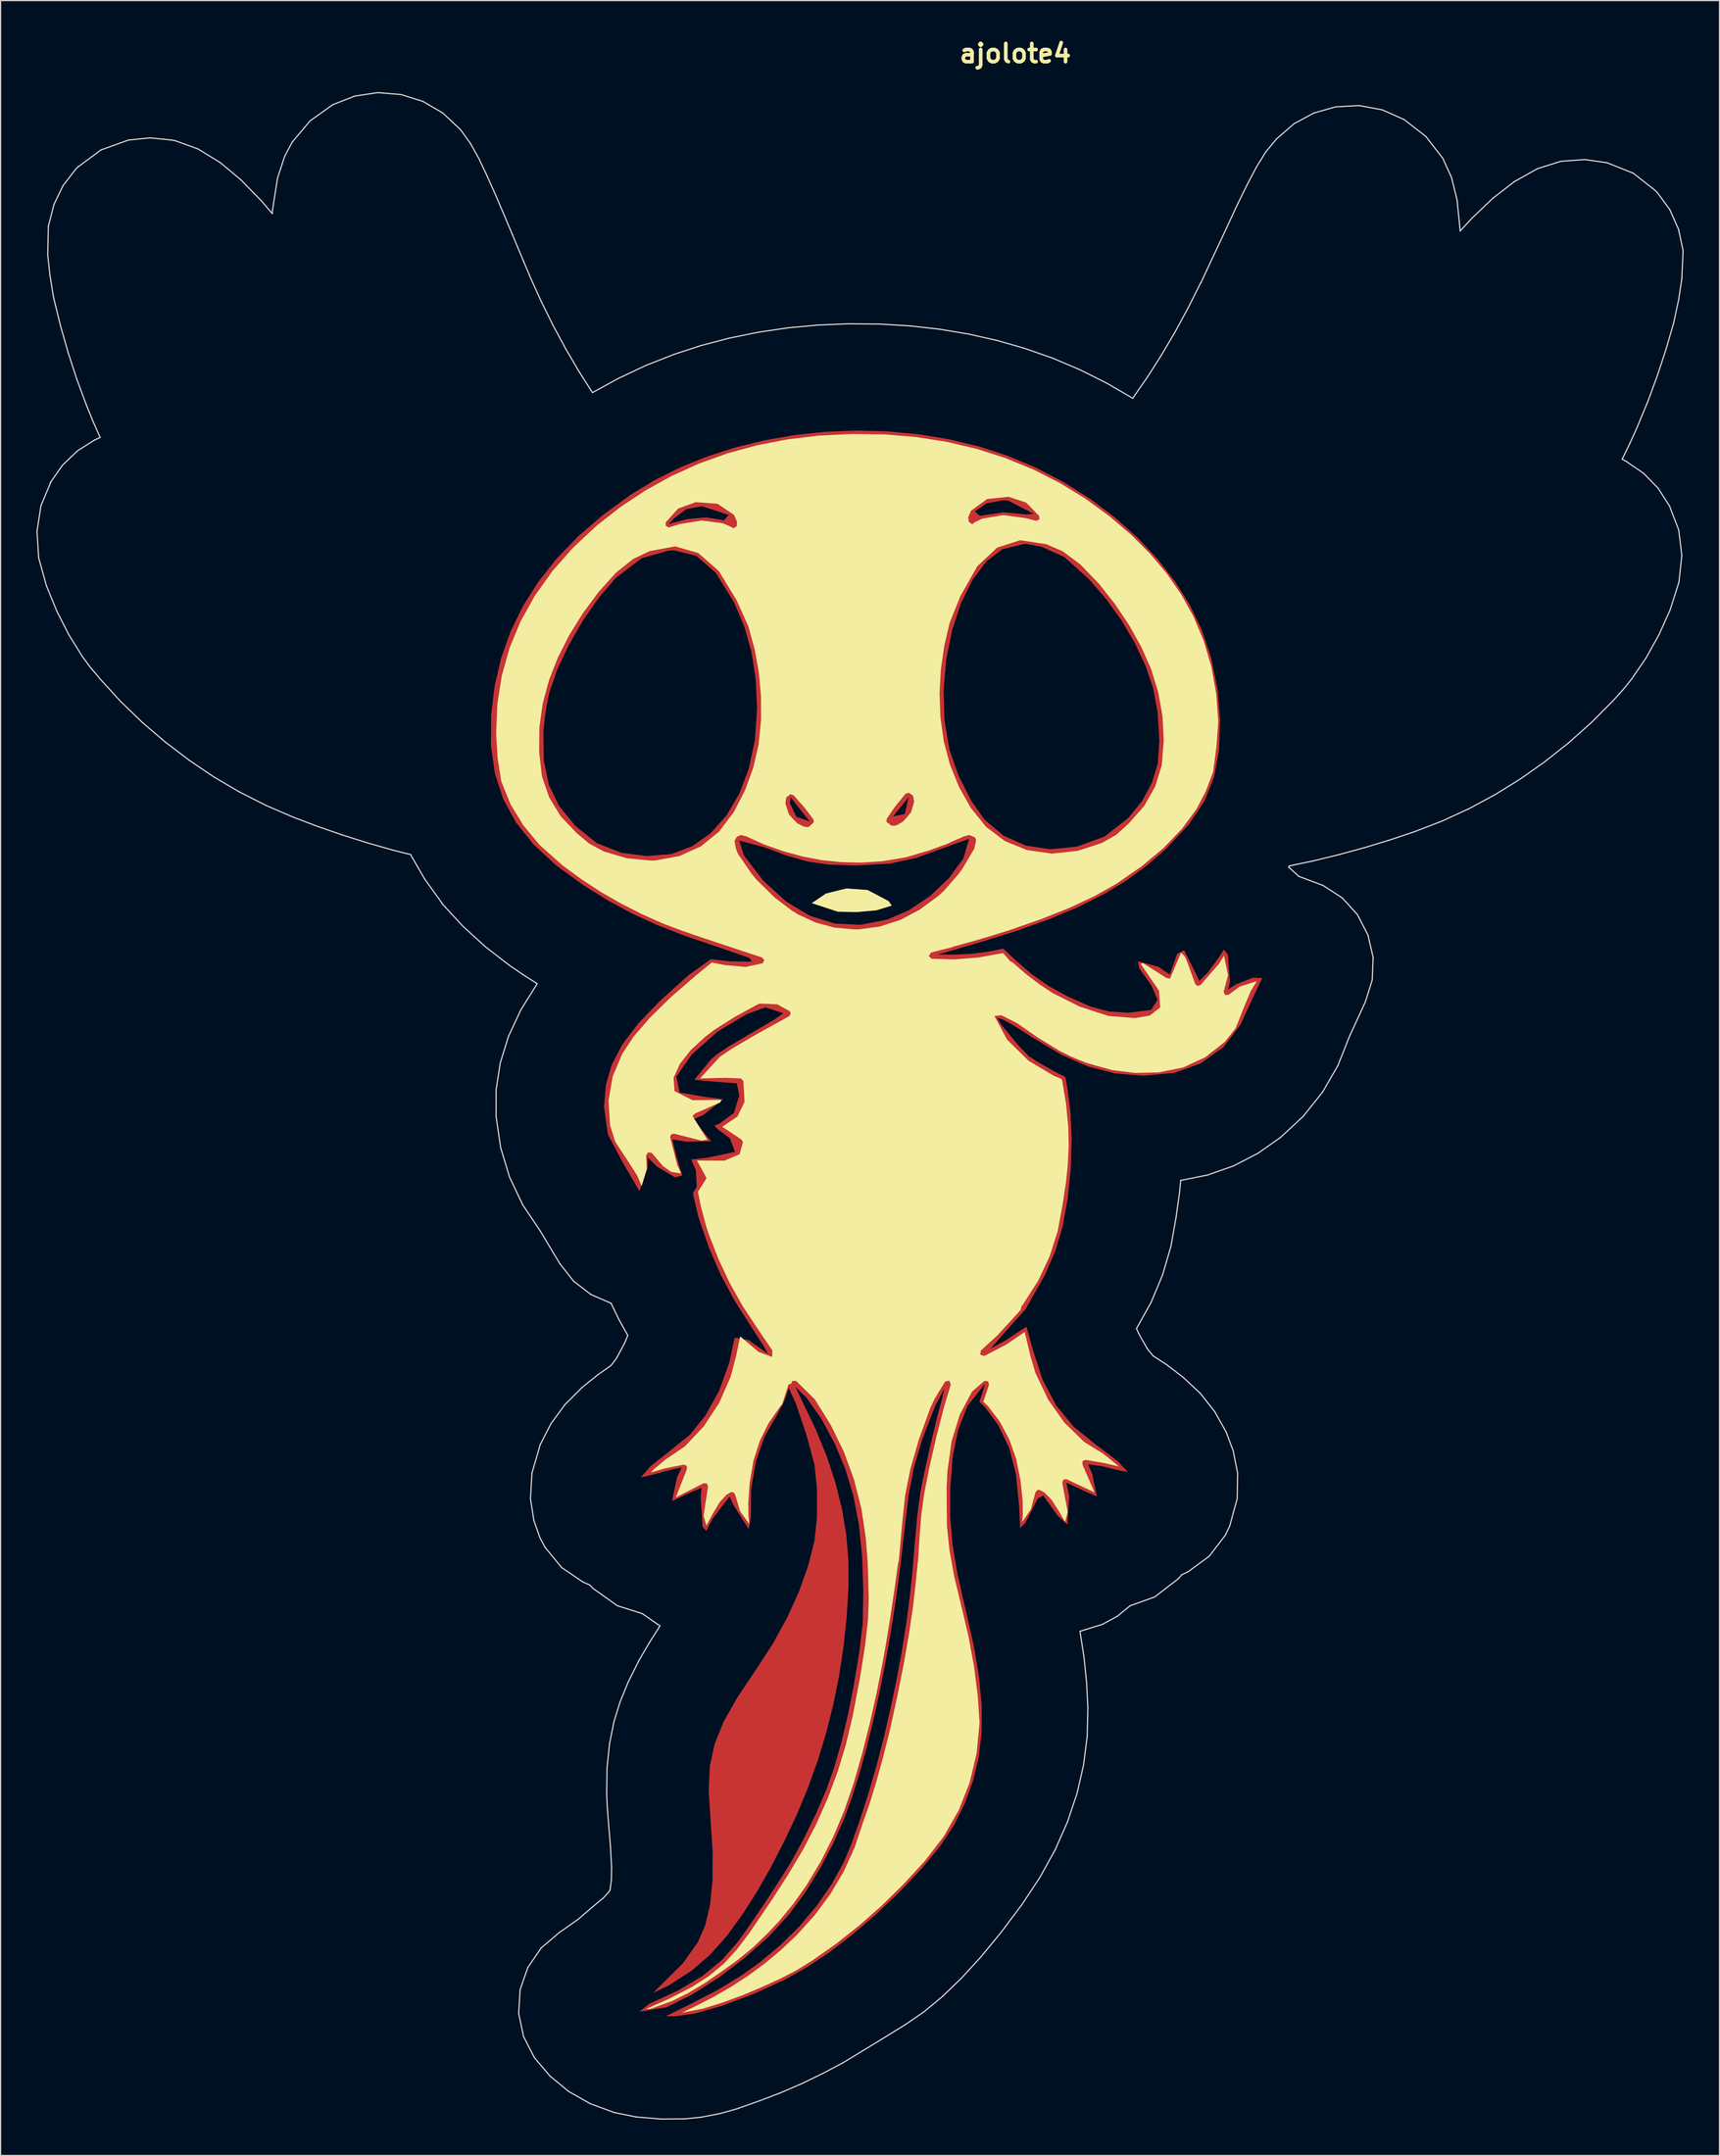
<source format=kicad_pcb>
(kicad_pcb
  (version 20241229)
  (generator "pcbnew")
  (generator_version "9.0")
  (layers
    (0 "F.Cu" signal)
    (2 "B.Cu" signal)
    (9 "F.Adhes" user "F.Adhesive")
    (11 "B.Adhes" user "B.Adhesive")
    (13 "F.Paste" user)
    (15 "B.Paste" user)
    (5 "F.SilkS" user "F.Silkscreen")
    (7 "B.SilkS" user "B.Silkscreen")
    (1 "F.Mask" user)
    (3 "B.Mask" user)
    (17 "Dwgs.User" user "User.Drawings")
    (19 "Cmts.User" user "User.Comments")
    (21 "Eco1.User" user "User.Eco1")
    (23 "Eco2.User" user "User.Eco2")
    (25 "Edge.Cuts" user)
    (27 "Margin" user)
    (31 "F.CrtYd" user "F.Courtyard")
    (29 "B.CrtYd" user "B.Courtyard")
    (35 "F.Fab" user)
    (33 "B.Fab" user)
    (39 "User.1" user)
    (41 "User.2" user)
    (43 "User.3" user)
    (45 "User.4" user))
  (footprint "ajolote4"
    (layer "F.Cu")
    (at 82.024 89.525)
    (property "Reference" "ajolote4" (at 0 -88.098 0) (layer "F.SilkS") (effects (font (size 1.524 1.524) (thickness 0.305))))
    (attr smd)
    (fp_poly (pts (xy -13.397 -56.498) (xy -26.24 -50.154) (xy -24.026 -49.428) (xy -24.408 -48.971) (xy -25.899 -49.222) (xy -27.502 -49.078) (xy -28.602 -48.785) (xy -29.061 -48.642) (xy -28.602 -49.141) (xy -27.556 -49.921) (xy -26.24 -50.154) (xy -13.397 -56.498) (xy -5.505 -29.711) (xy -5.928 -32.155) (xy -6.015 -34.72) (xy -5.794 -37.299) (xy -5.295 -39.781) (xy -4.544 -42.057) (xy -3.572 -44.017) (xy -2.407 -45.553) (xy -1.078 -46.555) (xy 0.805 -47.013) (xy 2.157 -46.776) (xy 4.113 -45.898) (xy 6.193 -44.022) (xy 7.629 -42.356) (xy 8.91 -40.568) (xy 10.008 -38.703) (xy 10.896 -36.811) (xy 11.546 -34.936) (xy 11.923 -32.876) (xy 12.068 -30.543) (xy 11.939 -28.611) (xy 11.448 -26.989) (xy 10.611 -25.439) (xy 9.467 -24.033) (xy 7.477 -22.476) (xy 5.158 -21.633) (xy 2.926 -21.413) (xy 0.866 -21.722) (xy -0.978 -22.546) (xy -2.562 -23.873) (xy -3.694 -25.477) (xy -4.759 -27.59) (xy -5.505 -29.711) (xy -13.397 -56.498) (xy -26.744 -46.011) (xy -25.107 -44.591) (xy -23.566 -42.094) (xy -22.712 -40.08) (xy -22.109 -37.946) (xy -21.753 -35.667) (xy -21.637 -33.217) (xy -21.813 -30.613) (xy -22.316 -28.22) (xy -23.12 -26.084) (xy -24.198 -24.25) (xy -25.523 -22.763) (xy -27.068 -21.669) (xy -28.806 -21.013) (xy -30.886 -20.846) (xy -33.003 -21.113) (xy -35.078 -21.933) (xy -36.867 -23.374) (xy -38.208 -25.004) (xy -39.078 -26.794) (xy -39.513 -28.849) (xy -39.546 -31.269) (xy -39.363 -32.93) (xy -39.065 -34.478) (xy -38.405 -36.419) (xy -37.423 -38.516) (xy -36.209 -40.611) (xy -34.855 -42.549) (xy -33.451 -44.171) (xy -31.315 -45.797) (xy -29.027 -46.445) (xy -28.613 -46.461) (xy -26.744 -46.011) (xy -13.397 -56.498) (xy -8.938 -25.769) (xy -9.268 -24.365) (xy -10.244 -24.165) (xy -8.938 -25.769) (xy -13.397 -56.498) (xy -18.83 -25.758) (xy -18.816 -25.754) (xy -17.235 -23.741) (xy -18.353 -24.138) (xy -18.885 -25.269) (xy -18.83 -25.758) (xy -18.83 -25.758) (xy -13.397 -56.498) (xy -3.873 -22.285) (xy -4.354 -20.637) (xy -5.562 -18.991) (xy -7.121 -17.514) (xy -8.89 -16.318) (xy -10.726 -15.518) (xy -12.975 -15.081) (xy -15.138 -15.188) (xy -17.214 -15.837) (xy -19.204 -17.03) (xy -21.106 -18.767) (xy -22.736 -20.887) (xy -23.139 -22.139) (xy -21.056 -21.59) (xy -19.054 -20.85) (xy -17.354 -20.373) (xy -15.57 -20.122) (xy -13.315 -20.056) (xy -10.52 -20.205) (xy -8.27 -20.694) (xy -5.695 -21.639) (xy -3.873 -22.285) (xy -13.397 -56.498) (xy -15.955 -56.391) (xy -1.009 -50.663) (xy -0.618 -50.638) (xy 1.528 -49.527) (xy 0.95 -49.465) (xy -1.008 -49.651) (xy -2.979 -49.348) (xy -3.392 -49.731) (xy -2.413 -50.396) (xy -1.009 -50.663) (xy -15.955 -56.391) (xy -18.494 -56.119) (xy -20.994 -55.685) (xy -23.438 -55.088) (xy -25.804 -54.33) (xy -28.074 -53.413) (xy -30.229 -52.338) (xy -32.248 -51.106) (xy -34.562 -49.418) (xy -36.619 -47.644) (xy -38.42 -45.78) (xy -39.967 -43.826) (xy -41.261 -41.78) (xy -42.303 -39.641) (xy -43.093 -37.406) (xy -43.632 -35.075) (xy -43.923 -32.645) (xy -43.936 -30.084) (xy -43.605 -27.754) (xy -42.909 -25.619) (xy -16.501 -10.372) (xy -16.96 -10.726) (xy -15.107 -10.731) (xy -13.468 -10.768) (xy -12.128 -10.853) (xy -11.339 -10.908) (xy -11.339 -10.908) (xy -11.001 -10.66) (xy -11.78 -9.996) (xy -14.253 -9.67) (xy -16.501 -10.372) (xy -42.909 -25.619) (xy -41.831 -23.645) (xy -40.353 -21.799) (xy -38.455 -20.047) (xy -36.119 -18.355) (xy -34.095 -17.1) (xy -32.113 -16.028) (xy -30.015 -15.067) (xy -27.644 -14.146) (xy -24.841 -13.191) (xy -22.25 -12.296) (xy -22.087 -11.99) (xy -23.909 -12.021) (xy -25.509 -12.196) (xy -27.342 -10.893) (xy -29.746 -8.737) (xy -31.591 -6.817) (xy -32.931 -5.049) (xy -33.82 -3.35) (xy -34.312 -1.637) (xy -34.461 0.175) (xy -34.137 2.498) (xy -32.965 4.701) (xy -31.882 6.579) (xy -31.503 7.233) (xy -30.802 5.279) (xy -30.802 4.407) (xy -30.01 5.185) (xy -28.524 6.075) (xy -27.901 5.931) (xy -28.399 4.336) (xy -28.735 2.905) (xy -27.568 3.086) (xy -25.485 3.061) (xy -26.219 2.17) (xy -26.952 1.209) (xy -26.112 0.831) (xy -24.478 -0.469) (xy -25.943 -0.651) (xy -28.128 -1.028) (xy -28.402 -2.37) (xy -27.109 -4.215) (xy -24.941 -6.142) (xy -22.496 -7.603) (xy -20.942 -8.168) (xy -19.438 -7.668) (xy -20.179 -7.15) (xy -21.958 -6.103) (xy -23.899 -4.961) (xy -25.027 -4.212) (xy -25.466 -3.836) (xy -25.479 -3.832) (xy -26.89 -2.096) (xy -25.088 -1.926) (xy -23.34 -1.803) (xy -23.13 -0.779) (xy -23.58 0.687) (xy -24.815 1.594) (xy -25.223 1.736) (xy -24.892 2.08) (xy -23.914 2.81) (xy -23.487 3.944) (xy -25.82 4.437) (xy -27.148 4.59) (xy -26.759 5.514) (xy -26.695 6.89) (xy -27.019 7.412) (xy -26.571 9.344) (xy -25.654 12.027) (xy -24.674 14.268) (xy -23.567 16.334) (xy -22.13 18.606) (xy -21.112 20.175) (xy -20.726 20.864) (xy -22.367 19.704) (xy -23.517 19.521) (xy -23.958 21.575) (xy -24.813 23.955) (xy -25.967 26.045) (xy -27.259 27.642) (xy -28.819 28.906) (xy -30.556 30.281) (xy -31.381 31.223) (xy -30.496 31.02) (xy -28.818 30.572) (xy -27.958 30.394) (xy -28.349 31.228) (xy -28.761 33.208) (xy -27.502 32.614) (xy -26.287 32.082) (xy -26.362 32.895) (xy -26.204 35.354) (xy -25.907 35.699) (xy -25.351 34.666) (xy -23.94 32.819) (xy -23.666 33.447) (xy -22.341 35.548) (xy -22.159 34.547) (xy -22.137 32.205) (xy -21.74 29.904) (xy -21.002 27.78) (xy -19.959 25.969) (xy -19.37 24.865) (xy -18.986 23.744) (xy -18.393 25.011) (xy -17.487 27.704) (xy -16.828 30.161) (xy -16.617 32.172) (xy -16.616 34.521) (xy -16.824 36.514) (xy -17.353 38.608) (xy -18.117 40.762) (xy -19.1 42.939) (xy -20.283 45.101) (xy -21.65 47.21) (xy -23.284 49.647) (xy -24.448 51.707) (xy -25.2 53.572) (xy -25.596 55.425) (xy -25.691 57.449) (xy -25.543 59.825) (xy -25.36 62.579) (xy -25.373 64.989) (xy -25.583 67.054) (xy -25.988 68.774) (xy -26.588 70.147) (xy -27.865 71.957) (xy -29.581 73.649) (xy -30.335 74.405) (xy -29.069 73.81) (xy -27.099 72.534) (xy -25.604 71.245) (xy -24.189 69.672) (xy -22.812 67.766) (xy -21.597 65.85) (xy -20.533 63.982) (xy -19.336 61.662) (xy -18.296 59.455) (xy -17.368 57.212) (xy -16.551 54.932) (xy -15.846 52.614) (xy -15.251 50.256) (xy -14.768 47.857) (xy -14.395 45.416) (xy -14.132 42.932) (xy -13.979 40.404) (xy -13.982 38.224) (xy -14.161 36.056) (xy -14.52 33.885) (xy -15.062 31.7) (xy -15.789 29.486) (xy -16.707 27.231) (xy -17.816 24.921) (xy -18.413 23.651) (xy -17.535 24.5) (xy -16.252 26.304) (xy -15.126 28.399) (xy -14.238 30.53) (xy -13.571 32.764) (xy -13.11 35.167) (xy -12.837 37.807) (xy -12.738 40.748) (xy -12.785 43.43) (xy -13.064 45.803) (xy -13.519 48.565) (xy -14.027 51.123) (xy -14.583 53.455) (xy -15.183 55.542) (xy -15.822 57.363) (xy -16.706 59.408) (xy -17.803 61.649) (xy -18.849 63.545) (xy -19.86 65.155) (xy -21.108 67.056) (xy -22.33 68.855) (xy -23.265 70.161) (xy -24.607 71.683) (xy -26.207 72.994) (xy -28.198 74.187) (xy -30.713 75.355) (xy -31.491 75.994) (xy -29.213 75.617) (xy -27.089 74.556) (xy -24.843 73.127) (xy -22.632 71.451) (xy -20.616 69.648) (xy -18.954 67.838) (xy -17.629 66.036) (xy -16.375 64.013) (xy -15.24 61.857) (xy -14.276 59.656) (xy -13.659 57.953) (xy -13.053 56.024) (xy -12.464 53.897) (xy -11.898 51.599) (xy -11.361 49.159) (xy -10.858 46.604) (xy -10.395 43.963) (xy -9.979 41.263) (xy -9.615 38.533) (xy -9.309 35.801) (xy -8.94 32.684) (xy -8.494 30.386) (xy -7.814 28.087) (xy -6.708 25.217) (xy -5.947 23.771) (xy -6.149 24.658) (xy -6.559 26.199) (xy -7.093 28.43) (xy -7.607 30.734) (xy -7.96 32.495) (xy -8.208 34.374) (xy -8.422 36.708) (xy -8.612 39.028) (xy -8.85 41.272) (xy -9.143 43.488) (xy -9.498 45.72) (xy -9.922 48.015) (xy -10.423 50.42) (xy -11.008 52.979) (xy -11.599 55.271) (xy -12.3 57.679) (xy -13.044 59.994) (xy -13.763 62.004) (xy -14.389 63.5) (xy -15.392 65.314) (xy -16.657 67.134) (xy -18.113 68.868) (xy -19.691 70.425) (xy -21.347 71.808) (xy -23.036 73.017) (xy -24.9 74.145) (xy -27.084 75.288) (xy -29.288 76.376) (xy -28.51 76.377) (xy -26.827 76.141) (xy -24.549 75.488) (xy -21.946 74.508) (xy -19.288 73.292) (xy -17.484 72.281) (xy -15.606 71.03) (xy -13.679 69.556) (xy -11.726 67.879) (xy -9.771 66.016) (xy -7.788 63.929) (xy -6.276 62.087) (xy -5.13 60.347) (xy -4.244 58.566) (xy -3.544 56.658) (xy -3.072 54.699) (xy -2.83 52.642) (xy -2.815 50.434) (xy -3.029 48.027) (xy -3.47 45.37) (xy -4.139 42.413) (xy -4.831 39.395) (xy -5.26 36.847) (xy -5.457 34.521) (xy -5.455 32.171) (xy -5.241 29.406) (xy -4.785 27.223) (xy -4.001 25.221) (xy -2.556 23.402) (xy -2.763 24.162) (xy -3.011 24.882) (xy -2.528 25.352) (xy -1.432 26.84) (xy -0.515 28.748) (xy 0.05 30.934) (xy 0.316 33.597) (xy 0.401 35.477) (xy 0.842 35.023) (xy 1.89 32.989) (xy 2.342 32.738) (xy 3.545 34.426) (xy 4.366 35.172) (xy 4.513 32.801) (xy 4.281 31.68) (xy 4.565 31.788) (xy 5.765 32.357) (xy 6.832 32.819) (xy 6.447 30.957) (xy 6.101 30.122) (xy 7.304 30.296) (xy 8.883 30.677) (xy 9.411 30.759) (xy 8.57 29.85) (xy 6.727 28.46) (xy 4.877 26.962) (xy 3.41 25.173) (xy 2.28 23.02) (xy 1.439 20.432) (xy 0.939 18.599) (xy 0.503 18.871) (xy -0.77 19.714) (xy -2.048 20.417) (xy -0.72 18.881) (xy 0.855 17.131) (xy 1.422 16.131) (xy 2.501 14.218) (xy 3.373 12.187) (xy 3.963 10.211) (xy 4.39 7.837) (xy 4.644 5.367) (xy 4.721 2.905) (xy 4.618 0.555) (xy 4.332 -1.577) (xy 4.188 -2.33) (xy 3.267 -2.794) (xy 1.804 -3.629) (xy 1.261 -4) (xy 1.196 -4) (xy 0.209 -5.03) (xy -1.167 -6.699) (xy -1.51 -7.289) (xy -1.076 -7.161) (xy -0.169 -6.668) (xy 1.403 -5.665) (xy 3.852 -4.196) (xy 6.137 -3.197) (xy 8.386 -2.625) (xy 10.726 -2.437) (xy 13.322 -2.676) (xy 15.51 -3.458) (xy 17.444 -4.839) (xy 18.872 -6.729) (xy 19.959 -9.085) (xy 20.689 -10.625) (xy 19.896 -10.643) (xy 18.487 -10.092) (xy 17.814 -9.649) (xy 17.983 -10.237) (xy 17.811 -12.581) (xy 17.47 -13.002) (xy 17.134 -12.464) (xy 16.14 -11.104) (xy 15.413 -10.368) (xy 15.039 -11.176) (xy 14.135 -12.95) (xy 13.568 -12.654) (xy 12.937 -10.918) (xy 11.997 -11.559) (xy 10.272 -12.025) (xy 10.391 -11.432) (xy 11.4 -10.006) (xy 11.918 -8.802) (xy 11.378 -7.95) (xy 9.469 -7.712) (xy 7.808 -7.824) (xy 6.263 -8.243) (xy 4.333 -9.106) (xy 2.779 -9.962) (xy 1.379 -10.94) (xy 0.000058 -12.132) (xy -1.008 -13.081) (xy -2.292 -12.831) (xy -3.629 -12.655) (xy -5.042 -12.583) (xy -6.509 -12.583) (xy -3.117 -13.572) (xy 0.019 -14.544) (xy 2.785 -15.531) (xy 5.227 -16.554) (xy 7.387 -17.636) (xy 9.312 -18.799) (xy 11.044 -20.065) (xy 12.628 -21.456) (xy 14.521 -23.48) (xy 15.832 -25.422) (xy 16.651 -27.448) (xy 17.07 -29.728) (xy 17.159 -32.28) (xy 16.935 -34.883) (xy 16.413 -37.435) (xy 15.607 -39.832) (xy 14.631 -41.854) (xy 13.402 -43.819) (xy 11.937 -45.708) (xy 10.256 -47.504) (xy 8.378 -49.187) (xy 6.32 -50.74) (xy 4.102 -52.145) (xy 1.742 -53.384) (xy -0.581 -54.362) (xy -3.013 -55.155) (xy -5.532 -55.763) (xy -8.117 -56.189) (xy -10.746 -56.433) (xy -13.397 -56.498) (xy -13.397 -56.498)) (stroke (width 0) (type solid)) (fill yes) (layer "F.Cu"))
    (fp_poly (pts (xy -30.817 -27.47) (xy -31.338 -28.09) (xy -31.32 -28.982) (xy -30.457 -29.662) (xy -29.637 -29.017) (xy -29.654 -28.039) (xy -30.469 -27.404) (xy -30.817 -27.47) (xy -30.817 -27.47)) (stroke (width 0) (type solid)) (fill yes) (layer "F.Mask"))
    (fp_poly (pts (xy -1.399 -27.204) (xy -2.091 -27.839) (xy -2.192 -28.407) (xy -2.123 -28.911) (xy -1.048 -29.348) (xy -0.779 -29.157) (xy -0.388 -28.292) (xy -0.419 -27.821) (xy -1.399 -27.204)) (stroke (width 0) (type solid)) (fill yes) (layer "F.Mask"))
    (fp_poly (pts (xy -29.856 -30.469) (xy -30.259 -30.734) (xy -30.59 -32.845) (xy -29.781 -34.286) (xy -28.956 -34.681) (xy -28.545 -34.608) (xy -27.86 -33.37) (xy -28.277 -31.464) (xy -29.153 -30.568) (xy -29.856 -30.469)) (stroke (width 0) (type solid)) (fill yes) (layer "F.Mask"))
    (fp_poly (pts (xy -1.758 -30.413) (xy -2.83 -31.984) (xy -2.795 -33.496) (xy -2.003 -34.662) (xy -1.024 -34.524) (xy -0.5 -33.825) (xy -0.281 -31.567) (xy -1.124 -30.421) (xy -1.758 -30.413) (xy -1.758 -30.413)) (stroke (width 0) (type solid)) (fill yes) (layer "F.Mask"))
    (fp_poly (pts (xy -32.38 -22.642) (xy -34.019 -23.182) (xy -35.429 -24.177) (xy -36.641 -25.648) (xy -37.488 -27.762) (xy -37.728 -29.743) (xy -37.68 -31.808) (xy -37.353 -33.895) (xy -36.758 -35.945) (xy -35.902 -37.897) (xy -35.003 -39.428) (xy -33.945 -40.839) (xy -32.64 -42.251) (xy -31.353 -43.432) (xy -30.291 -44.127) (xy -28.367 -44.552) (xy -26.696 -43.618) (xy -25.186 -41.271) (xy -24.493 -39.494) (xy -24.023 -37.523) (xy -23.759 -35.279) (xy -23.726 -34.544) (xy -23.885 -34.803) (xy -24.725 -35.977) (xy -25.755 -36.799) (xy -27.512 -37.211) (xy -29.011 -36.907) (xy -30.397 -35.859) (xy -31.77 -33.978) (xy -32.55 -31.705) (xy -32.743 -29.025) (xy -32.603 -27.547) (xy -32.229 -26.255) (xy -31.008 -24.17) (xy -29.327 -23.039) (xy -28.841 -22.882) (xy -29.1 -22.807) (xy -30.73 -22.567) (xy -32.38 -22.642)) (stroke (width 0) (type solid)) (fill yes) (layer "F.Mask"))
    (fp_poly (pts (xy 3.156 -23.159) (xy 2.705 -23.209) (xy 1.487 -23.443) (xy 1.341 -23.491) (xy 1.487 -23.494) (xy 3.163 -23.901) (xy 4.146 -24.597) (xy 5.362 -26.634) (xy 5.798 -29.347) (xy 5.457 -31.843) (xy 4.991 -33.307) (xy 4.401 -34.542) (xy 2.782 -36.515) (xy 0.827 -37.616) (xy -0.668 -37.679) (xy -1.851 -37.283) (xy -2.964 -36.337) (xy -3.779 -34.922) (xy -3.885 -34.679) (xy -3.826 -36.607) (xy -3.539 -38.8) (xy -3.006 -40.786) (xy -2.231 -42.555) (xy -1.079 -44.216) (xy -0.772 -44.532) (xy 0.954 -45.143) (xy 2.711 -44.532) (xy 3.144 -44.243) (xy 4.176 -43.463) (xy 5.344 -42.363) (xy 6.883 -40.616) (xy 8.132 -38.754) (xy 9.099 -36.764) (xy 9.702 -34.875) (xy 10.105 -32.81) (xy 10.222 -30.223) (xy 9.931 -27.937) (xy 9.145 -26.172) (xy 7.913 -24.703) (xy 6.447 -23.724) (xy 4.724 -23.221) (xy 3.156 -23.159) (xy 3.156 -23.159)) (stroke (width 0) (type solid)) (fill yes) (layer "F.Mask"))
    (fp_poly (pts (xy -46.542 -29.601) (xy -48.302 -29.983) (xy -50.504 -30.587) (xy -52.896 -31.335) (xy -55.228 -32.149) (xy -57.251 -32.951) (xy -59.579 -34.05) (xy -61.826 -35.296) (xy -63.945 -36.661) (xy -65.886 -38.111) (xy -67.603 -39.617) (xy -69.038 -41.15) (xy -70.363 -42.855) (xy -71.448 -44.547) (xy -72.165 -46.044) (xy -72.464 -47.079) (xy -71.311 -46.476) (xy -69.184 -45.258) (xy -66.966 -44.11) (xy -64.687 -43.044) (xy -62.381 -42.073) (xy -60.076 -41.209) (xy -57.806 -40.465) (xy -55.601 -39.852) (xy -53.491 -39.384) (xy -50.921 -39.067) (xy -49.278 -39.026) (xy -51.19 -40.282) (xy -53.127 -41.557) (xy -54.93 -42.886) (xy -56.628 -44.293) (xy -58.248 -45.806) (xy -59.82 -47.452) (xy -61.37 -49.256) (xy -62.929 -51.245) (xy -64.469 -53.385) (xy -65.859 -55.516) (xy -67.107 -57.649) (xy -68.216 -59.794) (xy -69.192 -61.964) (xy -70.042 -64.169) (xy -70.769 -66.421) (xy -71.381 -68.731) (xy -71.714 -71.259) (xy -71.085 -70.694) (xy -69.612 -69.076) (xy -67.401 -66.523) (xy -65.869 -64.741) (xy -64.407 -63.064) (xy -63.332 -61.856) (xy -61.664 -60.078) (xy -59.844 -58.241) (xy -57.936 -56.403) (xy -56.002 -54.623) (xy -54.104 -52.96) (xy -52.307 -51.474) (xy -50.22 -49.891) (xy -48.164 -48.465) (xy -46.559 -47.471) (xy -45.823 -47.186) (xy -46.137 -47.817) (xy -47.319 -49.703) (xy -48.454 -51.837) (xy -49.522 -54.166) (xy -50.503 -56.635) (xy -51.379 -59.192) (xy -52.128 -61.783) (xy -52.731 -64.354) (xy -53.168 -66.851) (xy -53.383 -69.068) (xy -53.467 -71.464) (xy -53.416 -73.539) (xy -53.226 -74.794) (xy -52.908 -74.903) (xy -52.581 -74.037) (xy -51.783 -72.084) (xy -50.787 -69.707) (xy -49.867 -67.565) (xy -48.96 -65.578) (xy -47.906 -63.407) (xy -46.795 -61.228) (xy -45.715 -59.215) (xy -44.756 -57.54) (xy -43.583 -55.651) (xy -42.419 -53.919) (xy -41.15 -52.18) (xy -39.663 -50.274) (xy -38.15 -48.382) (xy -39.113 -47.375) (xy -40.637 -45.599) (xy -42 -43.644) (xy -43.171 -41.566) (xy -44.119 -39.42) (xy -44.813 -37.261) (xy -45.166 -35.653) (xy -45.38 -33.982) (xy -45.497 -31.908) (xy -45.583 -29.44) (xy -46.542 -29.601)) (stroke (width 0) (type solid)) (fill yes) (layer "F.Mask"))
    (fp_poly (pts (xy 18.714 -29.515) (xy 18.781 -32.19) (xy 18.663 -34.727) (xy 18.212 -37.197) (xy 17.501 -39.55) (xy 16.503 -41.878) (xy 15.379 -43.926) (xy 14.112 -45.784) (xy 12.705 -47.446) (xy 12.208 -47.972) (xy 12.427 -48.241) (xy 14.001 -50.041) (xy 15.362 -51.632) (xy 16.658 -53.262) (xy 17.905 -54.957) (xy 19.119 -56.743) (xy 20.315 -58.646) (xy 21.51 -60.691) (xy 22.718 -62.906) (xy 23.957 -65.315) (xy 25.241 -67.946) (xy 26.586 -70.823) (xy 27.637 -73.072) (xy 28.113 -74.009) (xy 28.338 -73.354) (xy 28.403 -71.397) (xy 28.334 -69.303) (xy 28.136 -67.321) (xy 27.79 -65.295) (xy 27.273 -63.067) (xy 26.678 -60.919) (xy 26.004 -58.811) (xy 25.256 -56.759) (xy 24.438 -54.777) (xy 23.558 -52.879) (xy 22.573 -50.964) (xy 21.611 -49.3) (xy 20.53 -47.639) (xy 19.79 -46.438) (xy 20.564 -46.709) (xy 22.252 -47.676) (xy 24.406 -49.065) (xy 26.581 -50.603) (xy 28.385 -51.979) (xy 30.114 -53.359) (xy 31.797 -54.771) (xy 33.463 -56.241) (xy 35.14 -57.795) (xy 36.858 -59.461) (xy 38.646 -61.266) (xy 40.531 -63.235) (xy 42.544 -65.397) (xy 44.561 -67.546) (xy 46.049 -69.053) (xy 46.674 -69.578) (xy 46.44 -68.285) (xy 45.977 -66.378) (xy 45.228 -64.045) (xy 44.36 -61.778) (xy 43.364 -59.564) (xy 42.234 -57.392) (xy 40.962 -55.248) (xy 39.541 -53.121) (xy 37.963 -50.999) (xy 36.222 -48.869) (xy 34.31 -46.719) (xy 32.621 -44.996) (xy 30.87 -43.428) (xy 28.996 -41.966) (xy 26.937 -40.564) (xy 24.633 -39.174) (xy 22.96 -38.132) (xy 24.571 -38.11) (xy 26.673 -38.26) (xy 28.277 -38.537) (xy 30.241 -38.948) (xy 32.67 -39.575) (xy 35.013 -40.277) (xy 37.02 -40.979) (xy 39.063 -41.783) (xy 41.097 -42.668) (xy 43.078 -43.615) (xy 44.961 -44.606) (xy 46.418 -45.356) (xy 45.718 -43.528) (xy 44.808 -42.045) (xy 43.541 -40.377) (xy 42.008 -38.729) (xy 40.236 -37.16) (xy 38.247 -35.682) (xy 36.06 -34.309) (xy 33.696 -33.056) (xy 31.176 -31.937) (xy 28.944 -31.125) (xy 26.371 -30.332) (xy 23.719 -29.629) (xy 21.248 -29.083) (xy 19.218 -28.765) (xy 18.64 -28.703) (xy 18.714 -29.515)) (stroke (width 0) (type solid)) (fill yes) (layer "F.Mask"))
    (fp_poly (pts (xy -14.878 -16.179) (xy -17.055 -16.895) (xy -15.875 -17.699) (xy -14.156 -18.129) (xy -12.388 -18.002) (xy -10.612 -17.07) (xy -10.35 -16.688) (xy -11.625 -16.297) (xy -13.274 -16.145) (xy -14.878 -16.179)) (stroke (width 0) (type solid)) (fill yes) (layer "F.SilkS"))
    (fp_poly (pts (xy -29.031 -48.379) (xy -42.378 -38.279) (xy -41.453 -40.514) (xy -40.255 -42.663) (xy -38.786 -44.723) (xy -37.046 -46.691) (xy -35.037 -48.564) (xy -33.047 -50.118) (xy -30.958 -51.499) (xy -28.772 -52.705) (xy -26.49 -53.735) (xy -24.114 -54.588) (xy -21.643 -55.263) (xy -19.081 -55.759) (xy -16.428 -56.076) (xy -13.685 -56.211) (xy -10.94 -56.172) (xy -8.278 -55.949) (xy -5.701 -55.543) (xy -3.21 -54.956) (xy -0.807 -54.186) (xy 1.508 -53.236) (xy 3.732 -52.105) (xy 5.865 -50.795) (xy 7.905 -49.305) (xy 9.698 -47.775) (xy 11.299 -46.172) (xy 12.703 -44.497) (xy 13.91 -42.754) (xy 14.916 -40.944) (xy 15.79 -38.872) (xy 16.428 -36.708) (xy 16.832 -34.459) (xy 17.006 -32.134) (xy 16.854 -30.014) (xy 16.583 -27.953) (xy 16.53 -27.768) (xy 15.955 -26.263) (xy 15.181 -24.778) (xy 13.956 -23.122) (xy 12.429 -21.527) (xy 10.604 -19.997) (xy 8.487 -18.534) (xy 6.688 -17.512) (xy 4.551 -16.51) (xy 2.087 -15.528) (xy -0.694 -14.565) (xy -1.223 -14.407) (xy -1.991 -14.168) (xy -3.578 -13.695) (xy -5.245 -13.242) (xy -5.351 -13.189) (xy -7.044 -12.766) (xy -7.256 -12.475) (xy -7.018 -12.237) (xy -5.091 -12.184) (xy -3.088 -12.343) (xy -1.038 -12.713) (xy -0.906 -12.581) (xy -0.43 -12.025) (xy -0.218 -11.919) (xy 0.837 -11.003) (xy 1.952 -10.147) (xy 3.142 -9.353) (xy 5.401 -8.222) (xy 7.799 -7.448) (xy 10.021 -7.263) (xy 11.265 -7.474) (xy 12.138 -8.162) (xy 12.042 -9.561) (xy 10.498 -11.814) (xy 10.709 -11.867) (xy 12.667 -10.623) (xy 12.958 -10.57) (xy 13.884 -12.74) (xy 14.017 -12.634) (xy 14.255 -12.343) (xy 14.44 -11.867) (xy 15.075 -10.12) (xy 15.26 -9.962) (xy 15.498 -10.014) (xy 17.086 -11.84) (xy 17.483 -12.502) (xy 17.827 -10.861) (xy 17.456 -9.485) (xy 17.562 -9.194) (xy 17.879 -9.221) (xy 18.806 -9.909) (xy 20.234 -10.358) (xy 19.732 -9.538) (xy 18.991 -7.766) (xy 18.991 -7.739) (xy 18.455 -6.41) (xy 17.562 -5.278) (xy 15.916 -3.984) (xy 14.058 -3.125) (xy 12.006 -2.712) (xy 10.052 -2.668) (xy 8.121 -2.906) (xy 6.238 -3.426) (xy 6.079 -3.479) (xy 5.92 -3.532) (xy 5.841 -3.559) (xy 4.994 -3.903) (xy 4.571 -4.088) (xy 3.724 -4.511) (xy 1.899 -5.622) (xy 0.152 -6.839) (xy -1.171 -7.501) (xy -1.753 -7.448) (xy -0.694 -5.464) (xy 1.112 -3.688) (xy 3.195 -2.447) (xy 3.883 -2.156) (xy 3.936 -1.971) (xy 4.257 -0.05) (xy 4.439 1.892) (xy 4.472 3.436) (xy 4.386 5.12) (xy 4.253 6.443) (xy 3.962 8.374) (xy 3.551 10.59) (xy 2.871 12.71) (xy 1.923 14.725) (xy 0.708 16.629) (xy 0.523 16.894) (xy 0.47 17.052) (xy 0.47 17.132) (xy 0.311 17.343) (xy -1.468 19.288) (xy -2.89 20.598) (xy -2.943 20.942) (xy -2.599 21.048) (xy -0.717 20.062) (xy 0.787 19.037) (xy 1.264 21.048) (xy 1.687 22.476) (xy 2.754 24.706) (xy 4.104 26.623) (xy 5.735 28.218) (xy 5.762 28.244) (xy 7.366 29.24) (xy 8.434 30.096) (xy 8.672 30.308) (xy 7.491 30.03) (xy 5.894 29.752) (xy 5.629 29.858) (xy 5.629 30.149) (xy 6.635 32.478) (xy 4.28 31.366) (xy 4.015 31.419) (xy 3.936 31.684) (xy 4.386 34.118) (xy 4.174 34.965) (xy 3.592 33.959) (xy 3.01 33.06) (xy 2.428 32.478) (xy 2.031 32.266) (xy 1.819 32.292) (xy 1.687 32.478) (xy 1.31 33.88) (xy 0.576 34.965) (xy 0.629 34.33) (xy 0.615 33.195) (xy 0.443 31.525) (xy 0.076 29.68) (xy -0.509 28.033) (xy -1.3 26.551) (xy -2.308 25.228) (xy -2.679 24.884) (xy -2.202 23.455) (xy -2.282 23.164) (xy -2.573 23.138) (xy -2.652 23.191) (xy -3.631 24.037) (xy -4.654 25.968) (xy -5.342 28.21) (xy -5.695 30.758) (xy -5.751 32.068) (xy -5.748 33.536) (xy -5.728 35.31) (xy -5.513 37.333) (xy -5.104 39.593) (xy -4.504 42.082) (xy -3.904 44.63) (xy -3.453 47.106) (xy -3.15 49.497) (xy -2.996 51.792) (xy -3.244 54.354) (xy -3.826 56.796) (xy -4.743 59.113) (xy -5.993 61.301) (xy -7.573 63.354) (xy -9.351 65.291) (xy -11.186 67.096) (xy -13.075 68.767) (xy -15.012 70.299) (xy -16.993 71.689) (xy -18.365 72.542) (xy -19.797 73.276) (xy -21.335 73.971) (xy -22.893 74.626) (xy -24.513 75.221) (xy -26.174 75.737) (xy -27.946 76.081) (xy -26.782 75.525) (xy -25.281 74.748) (xy -23.819 73.911) (xy -22.36 72.959) (xy -20.961 71.927) (xy -19.612 70.802) (xy -18.342 69.599) (xy -16.812 67.913) (xy -15.491 66.129) (xy -14.38 64.248) (xy -13.478 62.272) (xy -12.786 60.206) (xy -12.226 58.611) (xy -11.658 56.77) (xy -11.085 54.696) (xy -10.51 52.401) (xy -9.888 49.564) (xy -9.358 46.899) (xy -8.922 44.415) (xy -8.582 42.119) (xy -8.341 40.018) (xy -8.182 38.431) (xy -8.182 38.378) (xy -8.156 38.298) (xy -8.033 36.35) (xy -7.97 35.494) (xy -7.864 34.224) (xy -7.619 32.506) (xy -7.202 30.377) (xy -6.621 27.847) (xy -5.953 25.241) (xy -5.404 23.429) (xy -5.536 23.111) (xy -5.88 23.191) (xy -6.012 23.402) (xy -6.78 24.672) (xy -7.124 25.413) (xy -8.084 28.055) (xy -8.792 30.515) (xy -9.24 32.769) (xy -9.505 35.335) (xy -9.637 36.82) (xy -9.769 38.246) (xy -9.796 38.298) (xy -9.822 38.404) (xy -10.125 40.59) (xy -10.438 42.694) (xy -10.76 44.703) (xy -11.092 46.606) (xy -11.618 49.27) (xy -12.2 51.858) (xy -12.837 54.368) (xy -13.527 56.793) (xy -14.325 59.119) (xy -15.253 61.33) (xy -16.31 63.423) (xy -17.495 65.392) (xy -18.607 66.959) (xy -19.797 68.408) (xy -20.723 69.387) (xy -21.93 70.561) (xy -23.237 71.636) (xy -24.616 72.635) (xy -26.015 73.594) (xy -27.401 74.427) (xy -28.767 75.102) (xy -30.592 75.763) (xy -30.936 75.763) (xy -29.084 74.943) (xy -28.608 74.705) (xy -27.086 73.915) (xy -25.644 72.985) (xy -24.401 71.953) (xy -23.316 70.763) (xy -22.271 69.38) (xy -21.305 67.958) (xy -20.257 66.41) (xy -19.109 64.624) (xy -17.833 62.497) (xy -16.702 60.325) (xy -15.716 58.109) (xy -14.876 55.854) (xy -14.181 53.562) (xy -13.632 51.237) (xy -13.012 47.995) (xy -12.581 45.264) (xy -12.338 43.058) (xy -12.283 41.394) (xy -12.343 39.079) (xy -12.362 38.589) (xy -12.362 38.537) (xy -12.362 38.484) (xy -12.521 36.367) (xy -12.896 33.85) (xy -13.512 31.416) (xy -14.369 29.071) (xy -15.468 26.821) (xy -16.807 24.672) (xy -18.342 23.164) (xy -18.368 23.138) (xy -18.686 23.138) (xy -18.792 23.376) (xy -19.003 23.429) (xy -19.533 25.096) (xy -19.718 25.307) (xy -20.674 26.677) (xy -21.411 28.165) (xy -21.944 29.825) (xy -22.258 31.684) (xy -22.38 33.364) (xy -22.364 34.488) (xy -22.284 35.123) (xy -23.058 34.072) (xy -23.475 32.663) (xy -23.607 32.478) (xy -23.819 32.451) (xy -24.216 32.689) (xy -24.771 33.298) (xy -25.327 34.224) (xy -25.883 35.256) (xy -26.121 34.436) (xy -25.75 32.001) (xy -25.83 31.737) (xy -26.121 31.71) (xy -28.449 32.901) (xy -27.523 30.546) (xy -27.523 30.255) (xy -27.788 30.149) (xy -29.372 30.47) (xy -30.539 30.811) (xy -30.328 30.573) (xy -29.276 29.696) (xy -27.708 28.641) (xy -27.682 28.615) (xy -26.104 26.95) (xy -24.814 24.979) (xy -23.819 22.714) (xy -23.819 22.662) (xy -23.396 21.054) (xy -23.052 19.407) (xy -21.517 20.704) (xy -20.379 21.127) (xy -20.356 20.588) (xy -21.623 18.719) (xy -22.843 16.87) (xy -23.925 14.942) (xy -24.867 12.945) (xy -25.671 10.888) (xy -25.883 10.253) (xy -26.332 8.586) (xy -26.597 7.289) (xy -25.883 6.178) (xy -25.936 6.019) (xy -26.676 4.67) (xy -24.384 4.683) (xy -23.104 4.141) (xy -22.813 3.109) (xy -22.972 2.897) (xy -24.56 1.839) (xy -23.29 0.992) (xy -22.691 -0.235) (xy -22.787 -1.998) (xy -22.999 -2.209) (xy -24.322 -2.262) (xy -26.412 -2.209) (xy -24.771 -4.008) (xy -23.733 -4.711) (xy -21.788 -5.855) (xy -18.951 -7.422) (xy -18.818 -7.607) (xy -18.898 -7.845) (xy -19.946 -8.42) (xy -21.411 -8.48) (xy -21.491 -8.453) (xy -21.755 -8.321) (xy -23.501 -7.369) (xy -25.221 -6.284) (xy -26.015 -5.675) (xy -27.199 -4.581) (xy -28.105 -3.426) (xy -28.634 -2.262) (xy -28.555 -1.151) (xy -27.047 -0.384) (xy -24.639 -0.41) (xy -24.718 -0.198) (xy -26.835 0.728) (xy -27.047 0.939) (xy -25.803 2.924) (xy -25.962 2.95) (xy -26.306 3.003) (xy -26.809 2.871) (xy -28.608 2.421) (xy -28.846 2.474) (xy -28.925 2.712) (xy -28.317 5.067) (xy -27.999 5.755) (xy -28.846 5.622) (xy -29.534 5.12) (xy -30.46 4.035) (xy -30.777 3.982) (xy -30.936 4.247) (xy -30.883 5.384) (xy -31.307 6.813) (xy -31.677 5.94) (xy -32.709 4.326) (xy -32.735 4.299) (xy -33.522 3.096) (xy -33.952 1.733) (xy -34.085 -0.354) (xy -33.741 -2.371) (xy -32.921 -4.299) (xy -31.979 -5.712) (xy -30.625 -7.286) (xy -28.865 -9.014) (xy -26.703 -10.888) (xy -25.433 -11.919) (xy -24.322 -11.708) (xy -22.602 -11.549) (xy -21.147 -11.867) (xy -21.041 -12.131) (xy -21.226 -12.343) (xy -24.348 -13.375) (xy -26.094 -13.957) (xy -27.946 -14.592) (xy -29.549 -15.197) (xy -31.221 -15.944) (xy -32.947 -16.814) (xy -34.673 -17.799) (xy -36.345 -18.89) (xy -37.948 -20.069) (xy -39.879 -21.788) (xy -41.235 -23.437) (xy -42.28 -25.15) (xy -43.001 -26.921) (xy -43.081 -27.133) (xy -43.381 -29.074) (xy -43.504 -31.075) (xy -43.405 -33.557) (xy -43.029 -35.959) (xy -42.378 -38.279) (xy -29.031 -48.379) (xy 0.409 -47.31) (xy -1.518 -46.689) (xy -3.192 -45.12) (xy -4.61 -42.611) (xy -5.51 -40.362) (xy -5.961 -38.424) (xy -6.241 -36.463) (xy -6.347 -34.487) (xy -6.277 -32.504) (xy -5.999 -30.476) (xy -5.483 -28.525) (xy -4.729 -26.659) (xy -3.737 -24.884) (xy -2.433 -23.273) (xy -0.863 -22.093) (xy 0.97 -21.349) (xy 3.063 -21.048) (xy 5.216 -21.279) (xy 7.27 -21.947) (xy 8.47 -22.635) (xy 9.492 -23.561) (xy 10.789 -25.024) (xy 11.715 -26.658) (xy 12.27 -28.456) (xy 12.435 -30.509) (xy 12.336 -32.54) (xy 11.98 -34.547) (xy 11.371 -36.526) (xy 10.562 -38.346) (xy 9.562 -40.151) (xy 8.368 -41.936) (xy 6.979 -43.696) (xy 5.446 -45.281) (xy 3.978 -46.379) (xy 2.587 -46.977) (xy 0.409 -47.31) (xy -29.031 -48.379) (xy -26.567 -46.236) (xy -28.503 -46.792) (xy -30.645 -46.395) (xy -32.027 -45.732) (xy -33.461 -44.588) (xy -34.931 -42.955) (xy -36.261 -41.155) (xy -37.392 -39.33) (xy -38.325 -37.486) (xy -39.059 -35.626) (xy -39.6 -33.632) (xy -39.879 -31.618) (xy -39.9 -29.584) (xy -39.667 -27.53) (xy -39.06 -25.76) (xy -38.088 -24.167) (xy -36.757 -22.767) (xy -35.699 -21.881) (xy -34.482 -21.233) (xy -32.563 -20.661) (xy -30.566 -20.466) (xy -30.222 -20.466) (xy -28.153 -20.842) (xy -26.356 -21.65) (xy -24.83 -22.884) (xy -23.581 -24.54) (xy -22.648 -26.35) (xy -21.957 -28.241) (xy -21.508 -30.207) (xy -21.305 -32.239) (xy -21.311 -34.233) (xy -21.487 -36.205) (xy -21.837 -38.152) (xy -22.364 -40.071) (xy -23.343 -42.267) (xy -24.845 -44.728) (xy -26.567 -46.236) (xy -29.031 -48.379) (xy -28.079 -48.67) (xy -8.579 -25.916) (xy -8.949 -26.154) (xy -9.214 -26.048) (xy -10.113 -24.937) (xy -10.775 -23.958) (xy -10.801 -23.72) (xy -10.404 -23.402) (xy -10.193 -23.376) (xy -9.928 -23.429) (xy -9.426 -23.72) (xy -9.082 -24.09) (xy -8.738 -24.514) (xy -8.473 -25.413) (xy -8.579 -25.916) (xy -28.079 -48.67) (xy -3.367 -22.397) (xy -3.869 -22.609) (xy -4.346 -22.476) (xy -4.742 -22.291) (xy -4.769 -22.291) (xy -5.774 -21.841) (xy -7.229 -21.312) (xy -9.151 -20.743) (xy -11.092 -20.413) (xy -12.872 -20.294) (xy -14.611 -20.333) (xy -16.235 -20.502) (xy -17.839 -20.809) (xy -19.46 -21.253) (xy -21.041 -21.815) (xy -21.464 -22) (xy -22.496 -22.476) (xy -22.999 -22.609) (xy -23.343 -22.45) (xy -23.528 -22.106) (xy -23.422 -21.524) (xy -23.422 -21.497) (xy -23.237 -21.021) (xy -22.073 -19.328) (xy -21.676 -18.852) (xy -20.221 -17.423) (xy -20.168 -17.37) (xy -20.141 -17.343) (xy -18.739 -16.285) (xy -18.183 -15.941) (xy -16.754 -15.28) (xy -15.17 -14.85) (xy -13.527 -14.698) (xy -13.103 -14.698) (xy -11.36 -14.936) (xy -9.637 -15.491) (xy -8.036 -16.341) (xy -6.515 -17.449) (xy -5.959 -17.952) (xy -4.769 -19.328) (xy -4.451 -19.751) (xy -3.433 -21.471) (xy -3.287 -22.159) (xy -3.367 -22.397) (xy -28.079 -48.67) (xy -26.253 -48.961) (xy -24.507 -48.723) (xy -16.913 -23.905) (xy -17.628 -24.858) (xy -18.58 -25.942) (xy -18.845 -26.022) (xy -19.189 -25.757) (xy -19.268 -25.254) (xy -18.977 -24.355) (xy -18.633 -23.958) (xy -18.263 -23.588) (xy -17.76 -23.323) (xy -17.495 -23.27) (xy -17.284 -23.297) (xy -16.887 -23.667) (xy -16.913 -23.905) (xy -24.507 -48.723) (xy -23.819 -48.432) (xy -23.66 -48.326) (xy -23.581 -48.326) (xy -3.658 -48.67) (xy -3.578 -48.67) (xy -3.419 -48.802) (xy -2.758 -49.12) (xy -1.012 -49.411) (xy 0.814 -49.173) (xy 1.74 -48.935) (xy 2.004 -49.041) (xy 2.004 -49.332) (xy 0.9 -50.466) (xy -0.562 -50.946) (xy -2.361 -50.76) (xy -3.711 -49.781) (xy -3.949 -49.226) (xy -3.896 -48.855) (xy -3.658 -48.67) (xy -23.581 -48.326) (xy -23.343 -48.485) (xy -23.316 -48.855) (xy -23.581 -49.437) (xy -24.957 -50.363) (xy -26.782 -50.496) (xy -28.247 -49.967) (xy -29.296 -48.802) (xy -29.296 -48.511) (xy -29.031 -48.379)) (stroke (width 0) (type solid)) (fill yes) (layer "F.SilkS"))
    (fp_line (start -81.974 -48.062) (end -81.835 -45.832) (stroke (width 0.1) (type solid)) (layer "Edge.Cuts"))
    (fp_line (start -81.835 -45.832) (end -81.181 -43.484) (stroke (width 0.1) (type solid)) (layer "Edge.Cuts"))
    (fp_line (start -81.64 -50.205) (end -81.974 -48.062) (stroke (width 0.1) (type solid)) (layer "Edge.Cuts"))
    (fp_line (start -81.181 -43.484) (end -80.311 -41.361) (stroke (width 0.1) (type solid)) (layer "Edge.Cuts"))
    (fp_line (start -81.075 -71.213) (end -80.886 -69.486) (stroke (width 0.1) (type solid)) (layer "Edge.Cuts"))
    (fp_line (start -81.022 -73.62) (end -81.075 -71.213) (stroke (width 0.1) (type solid)) (layer "Edge.Cuts"))
    (fp_line (start -80.995 -73.726) (end -81.022 -73.62) (stroke (width 0.1) (type solid)) (layer "Edge.Cuts"))
    (fp_line (start -80.886 -69.486) (end -80.598 -67.72) (stroke (width 0.1) (type solid)) (layer "Edge.Cuts"))
    (fp_line (start -80.837 -52.163) (end -80.81 -52.189) (stroke (width 0.1) (type solid)) (layer "Edge.Cuts"))
    (fp_line (start -80.81 -52.189) (end -81.64 -50.205) (stroke (width 0.1) (type solid)) (layer "Edge.Cuts"))
    (fp_line (start -80.598 -67.72) (end -80.546 -67.482) (stroke (width 0.1) (type solid)) (layer "Edge.Cuts"))
    (fp_line (start -80.547 -75.458) (end -80.995 -73.726) (stroke (width 0.1) (type solid)) (layer "Edge.Cuts"))
    (fp_line (start -80.546 -67.482) (end -79.989 -65.226) (stroke (width 0.1) (type solid)) (layer "Edge.Cuts"))
    (fp_line (start -80.311 -41.361) (end -79.307 -39.39) (stroke (width 0.1) (type solid)) (layer "Edge.Cuts"))
    (fp_line (start -79.989 -65.226) (end -79.352 -62.987) (stroke (width 0.1) (type solid)) (layer "Edge.Cuts"))
    (fp_line (start -79.828 -53.606) (end -80.837 -52.163) (stroke (width 0.1) (type solid)) (layer "Edge.Cuts"))
    (fp_line (start -79.786 -77.03) (end -80.547 -75.458) (stroke (width 0.1) (type solid)) (layer "Edge.Cuts"))
    (fp_line (start -79.352 -62.987) (end -78.629 -60.774) (stroke (width 0.1) (type solid)) (layer "Edge.Cuts"))
    (fp_line (start -79.307 -39.39) (end -78.191 -37.584) (stroke (width 0.1) (type solid)) (layer "Edge.Cuts"))
    (fp_line (start -78.72 -78.409) (end -79.786 -77.03) (stroke (width 0.1) (type solid)) (layer "Edge.Cuts"))
    (fp_line (start -78.629 -60.774) (end -77.82 -58.592) (stroke (width 0.1) (type solid)) (layer "Edge.Cuts"))
    (fp_line (start -78.573 -54.803) (end -79.828 -53.606) (stroke (width 0.1) (type solid)) (layer "Edge.Cuts"))
    (fp_line (start -78.561 -78.568) (end -78.72 -78.409) (stroke (width 0.1) (type solid)) (layer "Edge.Cuts"))
    (fp_line (start -78.191 -37.584) (end -77.662 -36.87) (stroke (width 0.1) (type solid)) (layer "Edge.Cuts"))
    (fp_line (start -77.82 -58.592) (end -77.271 -57.246) (stroke (width 0.1) (type solid)) (layer "Edge.Cuts"))
    (fp_line (start -77.662 -36.87) (end -77.423 -36.552) (stroke (width 0.1) (type solid)) (layer "Edge.Cuts"))
    (fp_line (start -77.423 -36.552) (end -77.212 -36.314) (stroke (width 0.1) (type solid)) (layer "Edge.Cuts"))
    (fp_line (start -77.271 -57.246) (end -76.683 -55.92) (stroke (width 0.1) (type solid)) (layer "Edge.Cuts"))
    (fp_line (start -77.212 -36.314) (end -76.788 -35.811) (stroke (width 0.1) (type solid)) (layer "Edge.Cuts"))
    (fp_line (start -77.106 -55.734) (end -78.573 -54.803) (stroke (width 0.1) (type solid)) (layer "Edge.Cuts"))
    (fp_line (start -77.079 -55.734) (end -77.106 -55.734) (stroke (width 0.1) (type solid)) (layer "Edge.Cuts"))
    (fp_line (start -76.788 -35.811) (end -76.683 -35.679) (stroke (width 0.1) (type solid)) (layer "Edge.Cuts"))
    (fp_line (start -76.683 -55.92) (end -77.079 -55.734) (stroke (width 0.1) (type solid)) (layer "Edge.Cuts"))
    (fp_line (start -76.683 -35.679) (end -74.977 -33.809) (stroke (width 0.1) (type solid)) (layer "Edge.Cuts"))
    (fp_line (start -76.61 -80.013) (end -78.561 -78.568) (stroke (width 0.1) (type solid)) (layer "Edge.Cuts"))
    (fp_line (start -74.977 -33.809) (end -73.157 -32.048) (stroke (width 0.1) (type solid)) (layer "Edge.Cuts"))
    (fp_line (start -74.301 -80.843) (end -76.61 -80.013) (stroke (width 0.1) (type solid)) (layer "Edge.Cuts"))
    (fp_line (start -73.157 -32.048) (end -71.228 -30.396) (stroke (width 0.1) (type solid)) (layer "Edge.Cuts"))
    (fp_line (start -72.502 -81.022) (end -74.301 -80.843) (stroke (width 0.1) (type solid)) (layer "Edge.Cuts"))
    (fp_line (start -71.228 -30.396) (end -69.195 -28.853) (stroke (width 0.1) (type solid)) (layer "Edge.Cuts"))
    (fp_line (start -70.703 -80.843) (end -72.502 -81.022) (stroke (width 0.1) (type solid)) (layer "Edge.Cuts"))
    (fp_line (start -70.438 -80.791) (end -70.703 -80.843) (stroke (width 0.1) (type solid)) (layer "Edge.Cuts"))
    (fp_line (start -70.412 -80.791) (end -70.438 -80.791) (stroke (width 0.1) (type solid)) (layer "Edge.Cuts"))
    (fp_line (start -69.195 -28.853) (end -67.147 -27.469) (stroke (width 0.1) (type solid)) (layer "Edge.Cuts"))
    (fp_line (start -68.477 -80.093) (end -70.412 -80.791) (stroke (width 0.1) (type solid)) (layer "Edge.Cuts"))
    (fp_line (start -67.147 -27.469) (end -65.018 -26.217) (stroke (width 0.1) (type solid)) (layer "Edge.Cuts"))
    (fp_line (start -66.602 -78.938) (end -68.477 -80.093) (stroke (width 0.1) (type solid)) (layer "Edge.Cuts"))
    (fp_line (start -65.018 -26.217) (end -62.814 -25.099) (stroke (width 0.1) (type solid)) (layer "Edge.Cuts"))
    (fp_line (start -64.895 -77.51) (end -66.602 -78.938) (stroke (width 0.1) (type solid)) (layer "Edge.Cuts"))
    (fp_line (start -63.189 -75.763) (end -64.895 -77.51) (stroke (width 0.1) (type solid)) (layer "Edge.Cuts"))
    (fp_line (start -62.814 -25.099) (end -60.543 -24.117) (stroke (width 0.1) (type solid)) (layer "Edge.Cuts"))
    (fp_line (start -62.263 -74.679) (end -63.189 -75.763) (stroke (width 0.1) (type solid)) (layer "Edge.Cuts"))
    (fp_line (start -62.236 -74.996) (end -62.263 -74.679) (stroke (width 0.1) (type solid)) (layer "Edge.Cuts"))
    (fp_line (start -61.817 -77.658) (end -62.236 -74.996) (stroke (width 0.1) (type solid)) (layer "Edge.Cuts"))
    (fp_line (start -61.227 -79.461) (end -61.817 -77.658) (stroke (width 0.1) (type solid)) (layer "Edge.Cuts"))
    (fp_line (start -60.596 -80.658) (end -61.227 -79.461) (stroke (width 0.1) (type solid)) (layer "Edge.Cuts"))
    (fp_line (start -60.543 -24.117) (end -58.481 -23.333) (stroke (width 0.1) (type solid)) (layer "Edge.Cuts"))
    (fp_line (start -59.088 -82.451) (end -60.596 -80.658) (stroke (width 0.1) (type solid)) (layer "Edge.Cuts"))
    (fp_line (start -58.481 -23.333) (end -56.389 -22.609) (stroke (width 0.1) (type solid)) (layer "Edge.Cuts"))
    (fp_line (start -57.183 -83.807) (end -59.088 -82.451) (stroke (width 0.1) (type solid)) (layer "Edge.Cuts"))
    (fp_line (start -56.389 -22.609) (end -54.277 -21.944) (stroke (width 0.1) (type solid)) (layer "Edge.Cuts"))
    (fp_line (start -55.342 -84.526) (end -57.183 -83.807) (stroke (width 0.1) (type solid)) (layer "Edge.Cuts"))
    (fp_line (start -54.277 -21.944) (end -52.156 -21.339) (stroke (width 0.1) (type solid)) (layer "Edge.Cuts"))
    (fp_line (start -53.414 -84.816) (end -55.342 -84.526) (stroke (width 0.1) (type solid)) (layer "Edge.Cuts"))
    (fp_line (start -52.156 -21.339) (end -50.674 -20.968) (stroke (width 0.1) (type solid)) (layer "Edge.Cuts"))
    (fp_line (start -51.468 -84.653) (end -53.414 -84.816) (stroke (width 0.1) (type solid)) (layer "Edge.Cuts"))
    (fp_line (start -50.674 -20.968) (end -49.483 -18.904) (stroke (width 0.1) (type solid)) (layer "Edge.Cuts"))
    (fp_line (start -49.632 -84.075) (end -51.468 -84.653) (stroke (width 0.1) (type solid)) (layer "Edge.Cuts"))
    (fp_line (start -49.483 -18.904) (end -48.055 -16.92) (stroke (width 0.1) (type solid)) (layer "Edge.Cuts"))
    (fp_line (start -48.055 -16.92) (end -48.055 -16.894) (stroke (width 0.1) (type solid)) (layer "Edge.Cuts"))
    (fp_line (start -48.055 -16.894) (end -47.949 -16.761) (stroke (width 0.1) (type solid)) (layer "Edge.Cuts"))
    (fp_line (start -47.967 -83.097) (end -49.632 -84.075) (stroke (width 0.1) (type solid)) (layer "Edge.Cuts"))
    (fp_line (start -47.949 -16.761) (end -46.251 -14.928) (stroke (width 0.1) (type solid)) (layer "Edge.Cuts"))
    (fp_line (start -46.52 -81.743) (end -47.967 -83.097) (stroke (width 0.1) (type solid)) (layer "Edge.Cuts"))
    (fp_line (start -46.414 -81.611) (end -46.52 -81.743) (stroke (width 0.1) (type solid)) (layer "Edge.Cuts"))
    (fp_line (start -46.251 -14.928) (end -44.4 -13.241) (stroke (width 0.1) (type solid)) (layer "Edge.Cuts"))
    (fp_line (start -45.657 -80.559) (end -46.414 -81.611) (stroke (width 0.1) (type solid)) (layer "Edge.Cuts"))
    (fp_line (start -44.959 -79.309) (end -45.657 -80.559) (stroke (width 0.1) (type solid)) (layer "Edge.Cuts"))
    (fp_line (start -44.4 -13.241) (end -42.419 -11.708) (stroke (width 0.1) (type solid)) (layer "Edge.Cuts"))
    (fp_line (start -44.262 -77.836) (end -44.959 -79.309) (stroke (width 0.1) (type solid)) (layer "Edge.Cuts"))
    (fp_line (start -43.504 -1.258) (end -43.504 0.992) (stroke (width 0.1) (type solid)) (layer "Edge.Cuts"))
    (fp_line (start -43.504 0.992) (end -43.123 3.59) (stroke (width 0.1) (type solid)) (layer "Edge.Cuts"))
    (fp_line (start -43.495 -76.116) (end -44.262 -77.836) (stroke (width 0.1) (type solid)) (layer "Edge.Cuts"))
    (fp_line (start -43.158 -3.5) (end -43.504 -1.258) (stroke (width 0.1) (type solid)) (layer "Edge.Cuts"))
    (fp_line (start -43.123 3.59) (end -42.379 6.056) (stroke (width 0.1) (type solid)) (layer "Edge.Cuts"))
    (fp_line (start -42.657 -74.149) (end -43.495 -76.116) (stroke (width 0.1) (type solid)) (layer "Edge.Cuts"))
    (fp_line (start -42.468 -5.731) (end -43.158 -3.5) (stroke (width 0.1) (type solid)) (layer "Edge.Cuts"))
    (fp_line (start -42.419 -11.708) (end -41.252 -10.907) (stroke (width 0.1) (type solid)) (layer "Edge.Cuts"))
    (fp_line (start -42.379 6.056) (end -41.279 8.378) (stroke (width 0.1) (type solid)) (layer "Edge.Cuts"))
    (fp_line (start -41.614 76.142) (end -41.205 78.075) (stroke (width 0.1) (type solid)) (layer "Edge.Cuts"))
    (fp_line (start -41.493 74.149) (end -41.614 76.142) (stroke (width 0.1) (type solid)) (layer "Edge.Cuts"))
    (fp_line (start -41.435 -7.947) (end -42.468 -5.731) (stroke (width 0.1) (type solid)) (layer "Edge.Cuts"))
    (fp_line (start -41.279 8.378) (end -39.826 10.544) (stroke (width 0.1) (type solid)) (layer "Edge.Cuts"))
    (fp_line (start -41.252 -10.907) (end -40.064 -10.147) (stroke (width 0.1) (type solid)) (layer "Edge.Cuts"))
    (fp_line (start -41.205 78.075) (end -40.302 79.838) (stroke (width 0.1) (type solid)) (layer "Edge.Cuts"))
    (fp_line (start -41.172 -70.601) (end -42.657 -74.149) (stroke (width 0.1) (type solid)) (layer "Edge.Cuts"))
    (fp_line (start -40.842 72.279) (end -41.493 74.149) (stroke (width 0.1) (type solid)) (layer "Edge.Cuts"))
    (fp_line (start -40.699 -69.493) (end -41.172 -70.601) (stroke (width 0.1) (type solid)) (layer "Edge.Cuts"))
    (fp_line (start -40.699 -69.466) (end -40.699 -69.493) (stroke (width 0.1) (type solid)) (layer "Edge.Cuts"))
    (fp_line (start -40.627 33.007) (end -40.343 34.826) (stroke (width 0.1) (type solid)) (layer "Edge.Cuts"))
    (fp_line (start -40.503 30.87) (end -40.627 33.007) (stroke (width 0.1) (type solid)) (layer "Edge.Cuts"))
    (fp_line (start -40.343 34.826) (end -39.826 36.288) (stroke (width 0.1) (type solid)) (layer "Edge.Cuts"))
    (fp_line (start -40.302 79.838) (end -38.992 81.383) (stroke (width 0.1) (type solid)) (layer "Edge.Cuts"))
    (fp_line (start -40.064 -10.147) (end -41.435 -7.947) (stroke (width 0.1) (type solid)) (layer "Edge.Cuts"))
    (fp_line (start -39.826 10.544) (end -38.159 13.322) (stroke (width 0.1) (type solid)) (layer "Edge.Cuts"))
    (fp_line (start -39.826 36.288) (end -39.403 37.081) (stroke (width 0.1) (type solid)) (layer "Edge.Cuts"))
    (fp_line (start -39.8 28.456) (end -40.503 30.87) (stroke (width 0.1) (type solid)) (layer "Edge.Cuts"))
    (fp_line (start -39.738 -67.346) (end -40.699 -69.466) (stroke (width 0.1) (type solid)) (layer "Edge.Cuts"))
    (fp_line (start -39.727 70.649) (end -40.842 72.279) (stroke (width 0.1) (type solid)) (layer "Edge.Cuts"))
    (fp_line (start -39.403 37.081) (end -38.014 38.775) (stroke (width 0.1) (type solid)) (layer "Edge.Cuts"))
    (fp_line (start -38.992 81.383) (end -37.422 82.676) (stroke (width 0.1) (type solid)) (layer "Edge.Cuts"))
    (fp_line (start -38.9 26.71) (end -39.8 28.456) (stroke (width 0.1) (type solid)) (layer "Edge.Cuts"))
    (fp_line (start -38.728 -65.304) (end -39.738 -67.346) (stroke (width 0.1) (type solid)) (layer "Edge.Cuts"))
    (fp_line (start -38.212 69.361) (end -39.727 70.649) (stroke (width 0.1) (type solid)) (layer "Edge.Cuts"))
    (fp_line (start -38.159 13.322) (end -37.013 14.779) (stroke (width 0.1) (type solid)) (layer "Edge.Cuts"))
    (fp_line (start -38.014 38.775) (end -36.228 39.992) (stroke (width 0.1) (type solid)) (layer "Edge.Cuts"))
    (fp_line (start -37.736 25.122) (end -38.9 26.71) (stroke (width 0.1) (type solid)) (layer "Edge.Cuts"))
    (fp_line (start -37.672 -63.344) (end -38.728 -65.304) (stroke (width 0.1) (type solid)) (layer "Edge.Cuts"))
    (fp_line (start -37.422 82.676) (end -35.618 83.7) (stroke (width 0.1) (type solid)) (layer "Edge.Cuts"))
    (fp_line (start -37.013 14.779) (end -35.566 15.895) (stroke (width 0.1) (type solid)) (layer "Edge.Cuts"))
    (fp_line (start -36.625 68.249) (end -38.212 69.361) (stroke (width 0.1) (type solid)) (layer "Edge.Cuts"))
    (fp_line (start -36.573 -61.467) (end -37.672 -63.344) (stroke (width 0.1) (type solid)) (layer "Edge.Cuts"))
    (fp_line (start -36.307 23.693) (end -37.736 25.122) (stroke (width 0.1) (type solid)) (layer "Edge.Cuts"))
    (fp_line (start -36.228 39.992) (end -35.672 40.23) (stroke (width 0.1) (type solid)) (layer "Edge.Cuts"))
    (fp_line (start -35.672 40.23) (end -35.355 40.547) (stroke (width 0.1) (type solid)) (layer "Edge.Cuts"))
    (fp_line (start -35.618 83.7) (end -33.608 84.442) (stroke (width 0.1) (type solid)) (layer "Edge.Cuts"))
    (fp_line (start -35.566 15.895) (end -33.873 16.629) (stroke (width 0.1) (type solid)) (layer "Edge.Cuts"))
    (fp_line (start -35.461 67.244) (end -36.625 68.249) (stroke (width 0.1) (type solid)) (layer "Edge.Cuts"))
    (fp_line (start -35.434 -59.677) (end -36.573 -61.467) (stroke (width 0.1) (type solid)) (layer "Edge.Cuts"))
    (fp_line (start -35.434 67.217) (end -35.461 67.244) (stroke (width 0.1) (type solid)) (layer "Edge.Cuts"))
    (fp_line (start -35.355 40.547) (end -33.344 41.976) (stroke (width 0.1) (type solid)) (layer "Edge.Cuts"))
    (fp_line (start -35.302 67.112) (end -35.434 67.217) (stroke (width 0.1) (type solid)) (layer "Edge.Cuts"))
    (fp_line (start -35.275 67.085) (end -35.302 67.112) (stroke (width 0.1) (type solid)) (layer "Edge.Cuts"))
    (fp_line (start -35.001 22.638) (end -36.307 23.693) (stroke (width 0.1) (type solid)) (layer "Edge.Cuts"))
    (fp_line (start -34.799 66.688) (end -35.275 67.085) (stroke (width 0.1) (type solid)) (layer "Edge.Cuts"))
    (fp_line (start -34.534 66.477) (end -34.799 66.688) (stroke (width 0.1) (type solid)) (layer "Edge.Cuts"))
    (fp_line (start -34.243 57.692) (end -34.184 58.989) (stroke (width 0.1) (type solid)) (layer "Edge.Cuts"))
    (fp_line (start -34.209 55.56) (end -34.243 57.692) (stroke (width 0.1) (type solid)) (layer "Edge.Cuts"))
    (fp_line (start -34.184 58.989) (end -33.926 62.111) (stroke (width 0.1) (type solid)) (layer "Edge.Cuts"))
    (fp_line (start -34.005 65.894) (end -34.534 66.477) (stroke (width 0.1) (type solid)) (layer "Edge.Cuts"))
    (fp_line (start -34.004 53.563) (end -34.209 55.56) (stroke (width 0.1) (type solid)) (layer "Edge.Cuts"))
    (fp_line (start -33.952 65.736) (end -33.952 65.762) (stroke (width 0.1) (type solid)) (layer "Edge.Cuts"))
    (fp_line (start -33.952 65.762) (end -34.005 65.894) (stroke (width 0.1) (type solid)) (layer "Edge.Cuts"))
    (fp_line (start -33.926 62.111) (end -33.827 63.917) (stroke (width 0.1) (type solid)) (layer "Edge.Cuts"))
    (fp_line (start -33.926 65.551) (end -33.952 65.736) (stroke (width 0.1) (type solid)) (layer "Edge.Cuts"))
    (fp_line (start -33.873 16.629) (end -33.212 17.998) (stroke (width 0.1) (type solid)) (layer "Edge.Cuts"))
    (fp_line (start -33.873 21.841) (end -35.001 22.638) (stroke (width 0.1) (type solid)) (layer "Edge.Cuts"))
    (fp_line (start -33.847 64.968) (end -33.926 65.551) (stroke (width 0.1) (type solid)) (layer "Edge.Cuts"))
    (fp_line (start -33.827 63.917) (end -33.847 64.968) (stroke (width 0.1) (type solid)) (layer "Edge.Cuts"))
    (fp_line (start -33.635 51.713) (end -34.004 53.563) (stroke (width 0.1) (type solid)) (layer "Edge.Cuts"))
    (fp_line (start -33.608 84.442) (end -31.783 84.812) (stroke (width 0.1) (type solid)) (layer "Edge.Cuts"))
    (fp_line (start -33.529 21.392) (end -33.873 21.841) (stroke (width 0.1) (type solid)) (layer "Edge.Cuts"))
    (fp_line (start -33.37 21.153) (end -33.529 21.392) (stroke (width 0.1) (type solid)) (layer "Edge.Cuts"))
    (fp_line (start -33.344 41.976) (end -31.254 42.638) (stroke (width 0.1) (type solid)) (layer "Edge.Cuts"))
    (fp_line (start -33.229 -60.883) (end -35.434 -59.677) (stroke (width 0.1) (type solid)) (layer "Edge.Cuts"))
    (fp_line (start -33.212 17.998) (end -32.471 19.328) (stroke (width 0.1) (type solid)) (layer "Edge.Cuts"))
    (fp_line (start -33.141 50.102) (end -33.635 51.713) (stroke (width 0.1) (type solid)) (layer "Edge.Cuts"))
    (fp_line (start -32.709 19.91) (end -33.37 21.153) (stroke (width 0.1) (type solid)) (layer "Edge.Cuts"))
    (fp_line (start -32.656 19.778) (end -32.709 19.91) (stroke (width 0.1) (type solid)) (layer "Edge.Cuts"))
    (fp_line (start -32.471 19.328) (end -32.656 19.778) (stroke (width 0.1) (type solid)) (layer "Edge.Cuts"))
    (fp_line (start -32.453 48.403) (end -33.141 50.102) (stroke (width 0.1) (type solid)) (layer "Edge.Cuts"))
    (fp_line (start -31.783 84.812) (end -29.64 84.991) (stroke (width 0.1) (type solid)) (layer "Edge.Cuts"))
    (fp_line (start -31.571 46.633) (end -32.453 48.403) (stroke (width 0.1) (type solid)) (layer "Edge.Cuts"))
    (fp_line (start -31.545 46.58) (end -31.571 46.633) (stroke (width 0.1) (type solid)) (layer "Edge.Cuts"))
    (fp_line (start -31.254 42.638) (end -29.772 43.669) (stroke (width 0.1) (type solid)) (layer "Edge.Cuts"))
    (fp_line (start -30.954 -61.954) (end -33.229 -60.883) (stroke (width 0.1) (type solid)) (layer "Edge.Cuts"))
    (fp_line (start -30.678 45.095) (end -31.545 46.58) (stroke (width 0.1) (type solid)) (layer "Edge.Cuts"))
    (fp_line (start -29.772 43.669) (end -30.678 45.095) (stroke (width 0.1) (type solid)) (layer "Edge.Cuts"))
    (fp_line (start -29.64 84.991) (end -27.655 84.971) (stroke (width 0.1) (type solid)) (layer "Edge.Cuts"))
    (fp_line (start -28.608 -62.878) (end -30.954 -61.954) (stroke (width 0.1) (type solid)) (layer "Edge.Cuts"))
    (fp_line (start -27.655 84.971) (end -26.359 84.839) (stroke (width 0.1) (type solid)) (layer "Edge.Cuts"))
    (fp_line (start -26.359 84.839) (end -24.775 84.538) (stroke (width 0.1) (type solid)) (layer "Edge.Cuts"))
    (fp_line (start -26.322 -63.623) (end -28.608 -62.878) (stroke (width 0.1) (type solid)) (layer "Edge.Cuts"))
    (fp_line (start -24.775 84.538) (end -23.21 84.098) (stroke (width 0.1) (type solid)) (layer "Edge.Cuts"))
    (fp_line (start -23.967 -64.243) (end -26.322 -63.623) (stroke (width 0.1) (type solid)) (layer "Edge.Cuts"))
    (fp_line (start -23.21 84.098) (end -23.157 84.071) (stroke (width 0.1) (type solid)) (layer "Edge.Cuts"))
    (fp_line (start -23.157 84.071) (end -21.388 83.443) (stroke (width 0.1) (type solid)) (layer "Edge.Cuts"))
    (fp_line (start -21.547 -64.737) (end -23.967 -64.243) (stroke (width 0.1) (type solid)) (layer "Edge.Cuts"))
    (fp_line (start -21.388 83.443) (end -19.638 82.775) (stroke (width 0.1) (type solid)) (layer "Edge.Cuts"))
    (fp_line (start -19.638 82.775) (end -17.869 82.008) (stroke (width 0.1) (type solid)) (layer "Edge.Cuts"))
    (fp_line (start -19.067 -65.103) (end -21.547 -64.737) (stroke (width 0.1) (type solid)) (layer "Edge.Cuts"))
    (fp_line (start -17.869 82.008) (end -16.119 81.161) (stroke (width 0.1) (type solid)) (layer "Edge.Cuts"))
    (fp_line (start -16.533 -65.339) (end -19.067 -65.103) (stroke (width 0.1) (type solid)) (layer "Edge.Cuts"))
    (fp_line (start -16.119 81.161) (end -14.436 80.271) (stroke (width 0.1) (type solid)) (layer "Edge.Cuts"))
    (fp_line (start -14.436 80.271) (end -12.812 79.282) (stroke (width 0.1) (type solid)) (layer "Edge.Cuts"))
    (fp_line (start -13.95 -65.445) (end -16.533 -65.339) (stroke (width 0.1) (type solid)) (layer "Edge.Cuts"))
    (fp_line (start -12.812 79.282) (end -11.198 78.3) (stroke (width 0.1) (type solid)) (layer "Edge.Cuts"))
    (fp_line (start -11.364 -65.42) (end -13.95 -65.445) (stroke (width 0.1) (type solid)) (layer "Edge.Cuts"))
    (fp_line (start -11.198 78.3) (end -9.187 77.06) (stroke (width 0.1) (type solid)) (layer "Edge.Cuts"))
    (fp_line (start -9.187 77.06) (end -7.654 76.003) (stroke (width 0.1) (type solid)) (layer "Edge.Cuts"))
    (fp_line (start -8.824 -65.268) (end -11.364 -65.42) (stroke (width 0.1) (type solid)) (layer "Edge.Cuts"))
    (fp_line (start -7.654 76.003) (end -6.094 74.708) (stroke (width 0.1) (type solid)) (layer "Edge.Cuts"))
    (fp_line (start -6.333 -64.988) (end -8.824 -65.268) (stroke (width 0.1) (type solid)) (layer "Edge.Cuts"))
    (fp_line (start -6.094 74.708) (end -4.501 73.171) (stroke (width 0.1) (type solid)) (layer "Edge.Cuts"))
    (fp_line (start -4.501 73.171) (end -2.871 71.386) (stroke (width 0.1) (type solid)) (layer "Edge.Cuts"))
    (fp_line (start -3.898 -64.58) (end -6.333 -64.988) (stroke (width 0.1) (type solid)) (layer "Edge.Cuts"))
    (fp_line (start -2.871 71.386) (end -1.198 69.35) (stroke (width 0.1) (type solid)) (layer "Edge.Cuts"))
    (fp_line (start -1.522 -64.045) (end -3.898 -64.58) (stroke (width 0.1) (type solid)) (layer "Edge.Cuts"))
    (fp_line (start -1.198 69.35) (end 0.523 67.059) (stroke (width 0.1) (type solid)) (layer "Edge.Cuts"))
    (fp_line (start 0.523 67.059) (end 2.047 64.764) (stroke (width 0.1) (type solid)) (layer "Edge.Cuts"))
    (fp_line (start 0.787 -63.381) (end -1.522 -64.045) (stroke (width 0.1) (type solid)) (layer "Edge.Cuts"))
    (fp_line (start 2.047 64.764) (end 3.33 62.44) (stroke (width 0.1) (type solid)) (layer "Edge.Cuts"))
    (fp_line (start 3.154 -62.553) (end 0.787 -63.381) (stroke (width 0.1) (type solid)) (layer "Edge.Cuts"))
    (fp_line (start 3.33 62.44) (end 4.37 60.09) (stroke (width 0.1) (type solid)) (layer "Edge.Cuts"))
    (fp_line (start 4.37 60.09) (end 5.167 57.717) (stroke (width 0.1) (type solid)) (layer "Edge.Cuts"))
    (fp_line (start 5.167 57.717) (end 5.718 55.325) (stroke (width 0.1) (type solid)) (layer "Edge.Cuts"))
    (fp_line (start 5.418 44.119) (end 7.296 43.537) (stroke (width 0.1) (type solid)) (layer "Edge.Cuts"))
    (fp_line (start 5.451 -61.578) (end 3.154 -62.553) (stroke (width 0.1) (type solid)) (layer "Edge.Cuts"))
    (fp_line (start 5.718 55.325) (end 6.023 52.917) (stroke (width 0.1) (type solid)) (layer "Edge.Cuts"))
    (fp_line (start 5.754 46.278) (end 5.418 44.119) (stroke (width 0.1) (type solid)) (layer "Edge.Cuts"))
    (fp_line (start 5.972 48.407) (end 5.754 46.278) (stroke (width 0.1) (type solid)) (layer "Edge.Cuts"))
    (fp_line (start 6.023 52.917) (end 6.079 50.496) (stroke (width 0.1) (type solid)) (layer "Edge.Cuts"))
    (fp_line (start 6.079 50.496) (end 5.972 48.407) (stroke (width 0.1) (type solid)) (layer "Edge.Cuts"))
    (fp_line (start 7.296 43.537) (end 8.53 42.866) (stroke (width 0.1) (type solid)) (layer "Edge.Cuts"))
    (fp_line (start 7.678 -60.46) (end 5.451 -61.578) (stroke (width 0.1) (type solid)) (layer "Edge.Cuts"))
    (fp_line (start 8.53 42.866) (end 9.624 41.976) (stroke (width 0.1) (type solid)) (layer "Edge.Cuts"))
    (fp_line (start 9.624 41.976) (end 11.688 41.235) (stroke (width 0.1) (type solid)) (layer "Edge.Cuts"))
    (fp_line (start 9.836 -59.201) (end 7.678 -60.46) (stroke (width 0.1) (type solid)) (layer "Edge.Cuts"))
    (fp_line (start 10.154 18.746) (end 11.374 16.563) (stroke (width 0.1) (type solid)) (layer "Edge.Cuts"))
    (fp_line (start 10.339 19.169) (end 10.154 18.746) (stroke (width 0.1) (type solid)) (layer "Edge.Cuts"))
    (fp_line (start 11.027 20.386) (end 10.339 19.169) (stroke (width 0.1) (type solid)) (layer "Edge.Cuts"))
    (fp_line (start 11.053 20.413) (end 11.027 20.386) (stroke (width 0.1) (type solid)) (layer "Edge.Cuts"))
    (fp_line (start 11.055 -60.959) (end 9.836 -59.201) (stroke (width 0.1) (type solid)) (layer "Edge.Cuts"))
    (fp_line (start 11.159 20.571) (end 11.053 20.413) (stroke (width 0.1) (type solid)) (layer "Edge.Cuts"))
    (fp_line (start 11.374 16.563) (end 12.336 14.264) (stroke (width 0.1) (type solid)) (layer "Edge.Cuts"))
    (fp_line (start 11.556 21.048) (end 11.159 20.571) (stroke (width 0.1) (type solid)) (layer "Edge.Cuts"))
    (fp_line (start 11.688 41.235) (end 13.673 39.701) (stroke (width 0.1) (type solid)) (layer "Edge.Cuts"))
    (fp_line (start 12.235 -62.806) (end 11.055 -60.959) (stroke (width 0.1) (type solid)) (layer "Edge.Cuts"))
    (fp_line (start 12.336 14.264) (end 13.041 11.851) (stroke (width 0.1) (type solid)) (layer "Edge.Cuts"))
    (fp_line (start 12.72 21.805) (end 11.556 21.048) (stroke (width 0.1) (type solid)) (layer "Edge.Cuts"))
    (fp_line (start 13.041 11.851) (end 13.487 9.327) (stroke (width 0.1) (type solid)) (layer "Edge.Cuts"))
    (fp_line (start 13.374 -64.738) (end 12.235 -62.806) (stroke (width 0.1) (type solid)) (layer "Edge.Cuts"))
    (fp_line (start 13.487 9.327) (end 13.514 9.088) (stroke (width 0.1) (type solid)) (layer "Edge.Cuts"))
    (fp_line (start 13.514 9.088) (end 13.752 7.422) (stroke (width 0.1) (type solid)) (layer "Edge.Cuts"))
    (fp_line (start 13.673 39.701) (end 13.937 39.383) (stroke (width 0.1) (type solid)) (layer "Edge.Cuts"))
    (fp_line (start 13.752 7.422) (end 13.858 6.337) (stroke (width 0.1) (type solid)) (layer "Edge.Cuts"))
    (fp_line (start 13.858 6.337) (end 16.117 5.882) (stroke (width 0.1) (type solid)) (layer "Edge.Cuts"))
    (fp_line (start 13.937 39.383) (end 14.493 39.119) (stroke (width 0.1) (type solid)) (layer "Edge.Cuts"))
    (fp_line (start 14.043 22.82) (end 12.72 21.805) (stroke (width 0.1) (type solid)) (layer "Edge.Cuts"))
    (fp_line (start 14.471 -66.756) (end 13.374 -64.738) (stroke (width 0.1) (type solid)) (layer "Edge.Cuts"))
    (fp_line (start 14.493 39.119) (end 16.249 37.825) (stroke (width 0.1) (type solid)) (layer "Edge.Cuts"))
    (fp_line (start 15.506 24.184) (end 14.043 22.82) (stroke (width 0.1) (type solid)) (layer "Edge.Cuts"))
    (fp_line (start 15.525 -68.858) (end 14.471 -66.756) (stroke (width 0.1) (type solid)) (layer "Edge.Cuts"))
    (fp_line (start 15.551 -68.884) (end 15.525 -68.858) (stroke (width 0.1) (type solid)) (layer "Edge.Cuts"))
    (fp_line (start 16.067 -69.992) (end 15.551 -68.884) (stroke (width 0.1) (type solid)) (layer "Edge.Cuts"))
    (fp_line (start 16.117 5.882) (end 18.276 5.123) (stroke (width 0.1) (type solid)) (layer "Edge.Cuts"))
    (fp_line (start 16.249 37.825) (end 17.588 36.076) (stroke (width 0.1) (type solid)) (layer "Edge.Cuts"))
    (fp_line (start 16.716 25.725) (end 15.506 24.184) (stroke (width 0.1) (type solid)) (layer "Edge.Cuts"))
    (fp_line (start 17.588 36.076) (end 17.959 35.309) (stroke (width 0.1) (type solid)) (layer "Edge.Cuts"))
    (fp_line (start 17.668 27.424) (end 16.716 25.725) (stroke (width 0.1) (type solid)) (layer "Edge.Cuts"))
    (fp_line (start 17.694 -73.462) (end 16.067 -69.992) (stroke (width 0.1) (type solid)) (layer "Edge.Cuts"))
    (fp_line (start 17.959 35.309) (end 18.591 33.009) (stroke (width 0.1) (type solid)) (layer "Edge.Cuts"))
    (fp_line (start 18.257 28.995) (end 17.668 27.424) (stroke (width 0.1) (type solid)) (layer "Edge.Cuts"))
    (fp_line (start 18.276 5.123) (end 20.317 4.071) (stroke (width 0.1) (type solid)) (layer "Edge.Cuts"))
    (fp_line (start 18.591 33.009) (end 18.627 30.88) (stroke (width 0.1) (type solid)) (layer "Edge.Cuts"))
    (fp_line (start 18.592 -75.402) (end 17.694 -73.462) (stroke (width 0.1) (type solid)) (layer "Edge.Cuts"))
    (fp_line (start 18.627 30.88) (end 18.257 28.995) (stroke (width 0.1) (type solid)) (layer "Edge.Cuts"))
    (fp_line (start 19.425 -77.095) (end 18.592 -75.402) (stroke (width 0.1) (type solid)) (layer "Edge.Cuts"))
    (fp_line (start 20.181 -78.542) (end 19.425 -77.095) (stroke (width 0.1) (type solid)) (layer "Edge.Cuts"))
    (fp_line (start 20.317 4.071) (end 22.219 2.738) (stroke (width 0.1) (type solid)) (layer "Edge.Cuts"))
    (fp_line (start 20.978 -79.831) (end 20.181 -78.542) (stroke (width 0.1) (type solid)) (layer "Edge.Cuts"))
    (fp_line (start 21.875 -80.923) (end 20.978 -79.831) (stroke (width 0.1) (type solid)) (layer "Edge.Cuts"))
    (fp_line (start 22.219 2.738) (end 24.132 0.955) (stroke (width 0.1) (type solid)) (layer "Edge.Cuts"))
    (fp_line (start 22.907 -19.91) (end 22.959 -19.989) (stroke (width 0.1) (type solid)) (layer "Edge.Cuts"))
    (fp_line (start 22.959 -20.016) (end 24.97 -20.439) (stroke (width 0.1) (type solid)) (layer "Edge.Cuts"))
    (fp_line (start 22.959 -19.989) (end 22.959 -20.016) (stroke (width 0.1) (type solid)) (layer "Edge.Cuts"))
    (fp_line (start 23.341 -82.199) (end 21.875 -80.923) (stroke (width 0.1) (type solid)) (layer "Edge.Cuts"))
    (fp_line (start 23.753 -19.143) (end 22.907 -19.91) (stroke (width 0.1) (type solid)) (layer "Edge.Cuts"))
    (fp_line (start 24.132 0.955) (end 25.738 -1.055) (stroke (width 0.1) (type solid)) (layer "Edge.Cuts"))
    (fp_line (start 24.97 -20.439) (end 27.127 -20.965) (stroke (width 0.1) (type solid)) (layer "Edge.Cuts"))
    (fp_line (start 25.012 -83.104) (end 23.341 -82.199) (stroke (width 0.1) (type solid)) (layer "Edge.Cuts"))
    (fp_line (start 25.738 -1.055) (end 27.026 -3.278) (stroke (width 0.1) (type solid)) (layer "Edge.Cuts"))
    (fp_line (start 25.791 -18.375) (end 23.753 -19.143) (stroke (width 0.1) (type solid)) (layer "Edge.Cuts"))
    (fp_line (start 26.849 -83.622) (end 25.012 -83.104) (stroke (width 0.1) (type solid)) (layer "Edge.Cuts"))
    (fp_line (start 27.026 -3.278) (end 27.987 -5.702) (stroke (width 0.1) (type solid)) (layer "Edge.Cuts"))
    (fp_line (start 27.127 -20.965) (end 29.27 -21.55) (stroke (width 0.1) (type solid)) (layer "Edge.Cuts"))
    (fp_line (start 27.405 -17.328) (end 25.791 -18.375) (stroke (width 0.1) (type solid)) (layer "Edge.Cuts"))
    (fp_line (start 27.987 -5.702) (end 29.336 -8.639) (stroke (width 0.1) (type solid)) (layer "Edge.Cuts"))
    (fp_line (start 28.673 -15.922) (end 27.405 -17.328) (stroke (width 0.1) (type solid)) (layer "Edge.Cuts"))
    (fp_line (start 28.801 -83.729) (end 26.849 -83.622) (stroke (width 0.1) (type solid)) (layer "Edge.Cuts"))
    (fp_line (start 29.27 -21.55) (end 31.392 -22.195) (stroke (width 0.1) (type solid)) (layer "Edge.Cuts"))
    (fp_line (start 29.336 -8.639) (end 29.908 -10.468) (stroke (width 0.1) (type solid)) (layer "Edge.Cuts"))
    (fp_line (start 29.548 -14.221) (end 28.673 -15.922) (stroke (width 0.1) (type solid)) (layer "Edge.Cuts"))
    (fp_line (start 29.908 -10.468) (end 29.981 -12.357) (stroke (width 0.1) (type solid)) (layer "Edge.Cuts"))
    (fp_line (start 29.981 -12.357) (end 29.548 -14.221) (stroke (width 0.1) (type solid)) (layer "Edge.Cuts"))
    (fp_line (start 30.735 -83.373) (end 28.801 -83.729) (stroke (width 0.1) (type solid)) (layer "Edge.Cuts"))
    (fp_line (start 31.392 -22.195) (end 33.49 -22.9) (stroke (width 0.1) (type solid)) (layer "Edge.Cuts"))
    (fp_line (start 32.564 -82.563) (end 30.735 -83.373) (stroke (width 0.1) (type solid)) (layer "Edge.Cuts"))
    (fp_line (start 33.49 -22.9) (end 35.786 -23.787) (stroke (width 0.1) (type solid)) (layer "Edge.Cuts"))
    (fp_line (start 34.399 -81.144) (end 32.564 -82.563) (stroke (width 0.1) (type solid)) (layer "Edge.Cuts"))
    (fp_line (start 35.786 -23.787) (end 38.024 -24.818) (stroke (width 0.1) (type solid)) (layer "Edge.Cuts"))
    (fp_line (start 35.818 -79.309) (end 34.399 -81.144) (stroke (width 0.1) (type solid)) (layer "Edge.Cuts"))
    (fp_line (start 36.547 -77.708) (end 35.818 -79.309) (stroke (width 0.1) (type solid)) (layer "Edge.Cuts"))
    (fp_line (start 37.012 -75.83) (end 36.547 -77.708) (stroke (width 0.1) (type solid)) (layer "Edge.Cuts"))
    (fp_line (start 37.247 -73.541) (end 37.012 -75.83) (stroke (width 0.1) (type solid)) (layer "Edge.Cuts"))
    (fp_line (start 37.273 -73.223) (end 37.247 -73.541) (stroke (width 0.1) (type solid)) (layer "Edge.Cuts"))
    (fp_line (start 38.024 -24.818) (end 40.198 -25.988) (stroke (width 0.1) (type solid)) (layer "Edge.Cuts"))
    (fp_line (start 38.252 -74.282) (end 37.273 -73.223) (stroke (width 0.1) (type solid)) (layer "Edge.Cuts"))
    (fp_line (start 40.012 -75.962) (end 38.252 -74.282) (stroke (width 0.1) (type solid)) (layer "Edge.Cuts"))
    (fp_line (start 40.198 -25.988) (end 42.301 -27.292) (stroke (width 0.1) (type solid)) (layer "Edge.Cuts"))
    (fp_line (start 41.771 -77.324) (end 40.012 -75.962) (stroke (width 0.1) (type solid)) (layer "Edge.Cuts"))
    (fp_line (start 41.851 -77.377) (end 41.771 -77.324) (stroke (width 0.1) (type solid)) (layer "Edge.Cuts"))
    (fp_line (start 42.301 -27.292) (end 44.382 -28.759) (stroke (width 0.1) (type solid)) (layer "Edge.Cuts"))
    (fp_line (start 43.746 -78.439) (end 41.851 -77.377) (stroke (width 0.1) (type solid)) (layer "Edge.Cuts"))
    (fp_line (start 44.382 -28.759) (end 46.375 -30.341) (stroke (width 0.1) (type solid)) (layer "Edge.Cuts"))
    (fp_line (start 45.661 -79.044) (end 43.746 -78.439) (stroke (width 0.1) (type solid)) (layer "Edge.Cuts"))
    (fp_line (start 45.819 -79.071) (end 45.661 -79.044) (stroke (width 0.1) (type solid)) (layer "Edge.Cuts"))
    (fp_line (start 45.846 -79.071) (end 45.819 -79.071) (stroke (width 0.1) (type solid)) (layer "Edge.Cuts"))
    (fp_line (start 46.375 -30.341) (end 48.269 -32.032) (stroke (width 0.1) (type solid)) (layer "Edge.Cuts"))
    (fp_line (start 47.721 -79.203) (end 45.846 -79.071) (stroke (width 0.1) (type solid)) (layer "Edge.Cuts"))
    (fp_line (start 48.269 -32.032) (end 50.053 -33.827) (stroke (width 0.1) (type solid)) (layer "Edge.Cuts"))
    (fp_line (start 49.577 -78.938) (end 47.721 -79.203) (stroke (width 0.1) (type solid)) (layer "Edge.Cuts"))
    (fp_line (start 50.053 -33.827) (end 50.608 -34.436) (stroke (width 0.1) (type solid)) (layer "Edge.Cuts"))
    (fp_line (start 50.608 -34.436) (end 50.873 -34.727) (stroke (width 0.1) (type solid)) (layer "Edge.Cuts"))
    (fp_line (start 50.847 -54.094) (end 51.488 -55.407) (stroke (width 0.1) (type solid)) (layer "Edge.Cuts"))
    (fp_line (start 50.873 -34.727) (end 50.899 -34.753) (stroke (width 0.1) (type solid)) (layer "Edge.Cuts"))
    (fp_line (start 50.899 -34.753) (end 51.005 -34.885) (stroke (width 0.1) (type solid)) (layer "Edge.Cuts"))
    (fp_line (start 51.005 -34.885) (end 51.138 -35.044) (stroke (width 0.1) (type solid)) (layer "Edge.Cuts"))
    (fp_line (start 51.138 -35.044) (end 51.64 -35.679) (stroke (width 0.1) (type solid)) (layer "Edge.Cuts"))
    (fp_line (start 51.191 -53.909) (end 50.847 -54.094) (stroke (width 0.1) (type solid)) (layer "Edge.Cuts"))
    (fp_line (start 51.488 -55.407) (end 52.09 -56.74) (stroke (width 0.1) (type solid)) (layer "Edge.Cuts"))
    (fp_line (start 51.64 -35.679) (end 52.848 -37.44) (stroke (width 0.1) (type solid)) (layer "Edge.Cuts"))
    (fp_line (start 51.779 -78.062) (end 49.577 -78.938) (stroke (width 0.1) (type solid)) (layer "Edge.Cuts"))
    (fp_line (start 52.09 -56.74) (end 52.979 -58.882) (stroke (width 0.1) (type solid)) (layer "Edge.Cuts"))
    (fp_line (start 52.63 -52.924) (end 51.191 -53.909) (stroke (width 0.1) (type solid)) (layer "Edge.Cuts"))
    (fp_line (start 52.848 -37.44) (end 53.926 -39.377) (stroke (width 0.1) (type solid)) (layer "Edge.Cuts"))
    (fp_line (start 52.979 -58.882) (end 53.783 -61.059) (stroke (width 0.1) (type solid)) (layer "Edge.Cuts"))
    (fp_line (start 53.625 -76.61) (end 51.779 -78.062) (stroke (width 0.1) (type solid)) (layer "Edge.Cuts"))
    (fp_line (start 53.783 -76.451) (end 53.625 -76.61) (stroke (width 0.1) (type solid)) (layer "Edge.Cuts"))
    (fp_line (start 53.783 -61.059) (end 54.509 -63.266) (stroke (width 0.1) (type solid)) (layer "Edge.Cuts"))
    (fp_line (start 53.852 -51.675) (end 52.63 -52.924) (stroke (width 0.1) (type solid)) (layer "Edge.Cuts"))
    (fp_line (start 53.926 -39.377) (end 54.868 -41.473) (stroke (width 0.1) (type solid)) (layer "Edge.Cuts"))
    (fp_line (start 54.509 -63.266) (end 55.159 -65.498) (stroke (width 0.1) (type solid)) (layer "Edge.Cuts"))
    (fp_line (start 54.815 -50.178) (end 53.852 -51.675) (stroke (width 0.1) (type solid)) (layer "Edge.Cuts"))
    (fp_line (start 54.84 -75.013) (end 53.783 -76.451) (stroke (width 0.1) (type solid)) (layer "Edge.Cuts"))
    (fp_line (start 54.868 -41.473) (end 55.606 -43.798) (stroke (width 0.1) (type solid)) (layer "Edge.Cuts"))
    (fp_line (start 55.159 -65.498) (end 55.212 -65.736) (stroke (width 0.1) (type solid)) (layer "Edge.Cuts"))
    (fp_line (start 55.212 -65.736) (end 55.589 -67.502) (stroke (width 0.1) (type solid)) (layer "Edge.Cuts"))
    (fp_line (start 55.567 -73.374) (end 54.84 -75.013) (stroke (width 0.1) (type solid)) (layer "Edge.Cuts"))
    (fp_line (start 55.589 -67.502) (end 55.847 -69.228) (stroke (width 0.1) (type solid)) (layer "Edge.Cuts"))
    (fp_line (start 55.589 -48.161) (end 54.815 -50.178) (stroke (width 0.1) (type solid)) (layer "Edge.Cuts"))
    (fp_line (start 55.606 -43.798) (end 55.847 -46.024) (stroke (width 0.1) (type solid)) (layer "Edge.Cuts"))
    (fp_line (start 55.847 -69.281) (end 55.953 -71.53) (stroke (width 0.1) (type solid)) (layer "Edge.Cuts"))
    (fp_line (start 55.847 -69.228) (end 55.847 -69.281) (stroke (width 0.1) (type solid)) (layer "Edge.Cuts"))
    (fp_line (start 55.847 -46.024) (end 55.589 -48.161) (stroke (width 0.1) (type solid)) (layer "Edge.Cuts"))
    (fp_line (start 55.953 -71.583) (end 55.567 -73.374) (stroke (width 0.1) (type solid)) (layer "Edge.Cuts"))
    (fp_line (start 55.953 -71.53) (end 55.953 -71.583) (stroke (width 0.1) (type solid)) (layer "Edge.Cuts")))
  (gr_rect
    (start -3 -3)
    (end 141.027 177.566)
    (stroke (width 0.1) (type default))
    (fill no)
    (layer "Edge.Cuts")))
</source>
